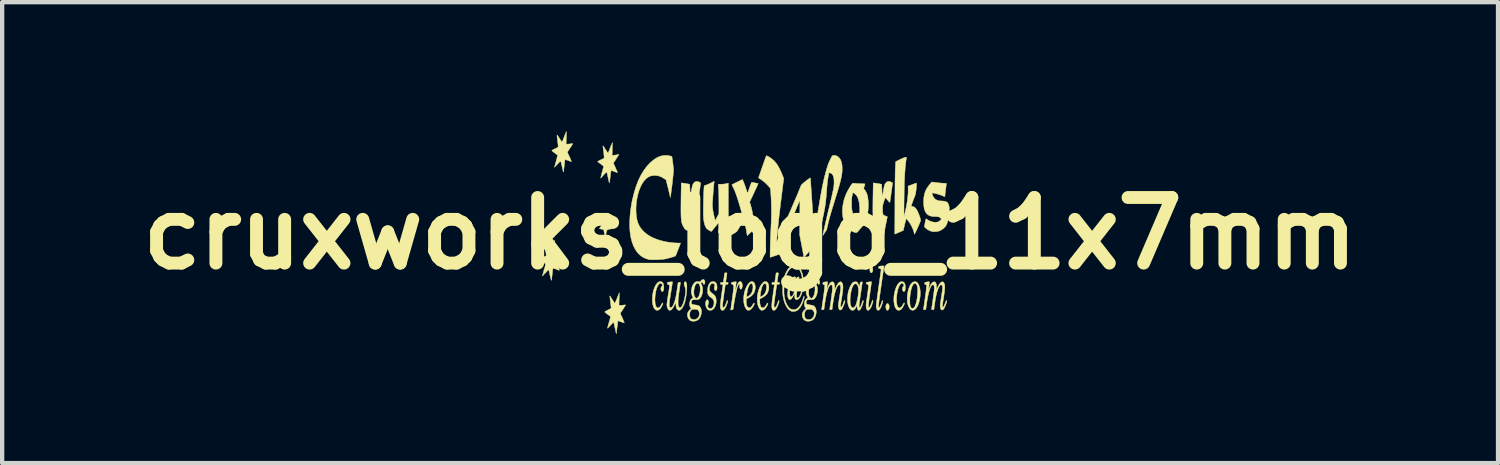
<source format=kicad_pcb>
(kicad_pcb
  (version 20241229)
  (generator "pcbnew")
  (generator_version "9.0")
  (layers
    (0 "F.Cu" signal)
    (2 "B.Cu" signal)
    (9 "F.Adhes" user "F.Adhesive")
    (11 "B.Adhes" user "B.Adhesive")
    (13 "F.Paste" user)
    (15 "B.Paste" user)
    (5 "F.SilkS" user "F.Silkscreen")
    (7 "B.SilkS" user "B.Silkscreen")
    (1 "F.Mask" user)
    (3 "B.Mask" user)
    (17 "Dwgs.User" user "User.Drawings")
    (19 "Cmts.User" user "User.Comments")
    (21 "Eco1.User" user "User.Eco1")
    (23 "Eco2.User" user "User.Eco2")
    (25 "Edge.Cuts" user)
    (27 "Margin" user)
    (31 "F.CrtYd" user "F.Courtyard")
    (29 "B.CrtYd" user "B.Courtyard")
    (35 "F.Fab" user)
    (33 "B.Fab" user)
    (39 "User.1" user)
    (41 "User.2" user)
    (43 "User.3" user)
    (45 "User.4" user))
  (footprint "cruxworks_logo_11x7mm"
    (layer "F.Cu")
    (at 14.376 2.373)
    (property "Reference" "cruxworks_logo_11x7mm" (at 0 0 0) (layer "F.SilkS") (effects (font (size 1.524 1.524) (thickness 0.3))))
    (attr through_hole)
    (fp_poly (pts (xy 2.838 0.781) (xy 2.848 0.805) (xy 2.851 0.816) (xy 2.852 0.851) (xy 2.847 0.881) (xy 2.836 0.903) (xy 2.821 0.914) (xy 2.805 0.911) (xy 2.798 0.904) (xy 2.788 0.883) (xy 2.782 0.852) (xy 2.783 0.819) (xy 2.784 0.812) (xy 2.794 0.784) (xy 2.808 0.77) (xy 2.824 0.769) (xy 2.838 0.781)) (stroke (width 0.01) (type solid)) (fill yes) (layer "F.SilkS"))
    (fp_poly (pts (xy 3.214 1.639) (xy 3.226 1.661) (xy 3.233 1.692) (xy 3.232 1.728) (xy 3.231 1.733) (xy 3.221 1.763) (xy 3.206 1.782) (xy 3.189 1.787) (xy 3.18 1.783) (xy 3.165 1.764) (xy 3.156 1.736) (xy 3.154 1.704) (xy 3.157 1.672) (xy 3.168 1.646) (xy 3.18 1.633) (xy 3.198 1.628) (xy 3.214 1.639)) (stroke (width 0.01) (type solid)) (fill yes) (layer "F.SilkS"))
    (fp_poly (pts (xy 3.047 1.205) (xy 3.032 1.314) (xy 3.018 1.411) (xy 3.006 1.495) (xy 2.997 1.565) (xy 2.99 1.62) (xy 2.985 1.66) (xy 2.983 1.683) (xy 2.983 1.687) (xy 2.987 1.713) (xy 2.994 1.724) (xy 3.004 1.719) (xy 3.017 1.701) (xy 3.032 1.669) (xy 3.048 1.625) (xy 3.054 1.608) (xy 3.065 1.575) (xy 3.074 1.559) (xy 3.08 1.559) (xy 3.083 1.566) (xy 3.083 1.58) (xy 3.078 1.605) (xy 3.069 1.636) (xy 3.058 1.669) (xy 3.046 1.701) (xy 3.042 1.712) (xy 3.02 1.753) (xy 2.998 1.779) (xy 2.976 1.788) (xy 2.957 1.779) (xy 2.954 1.777) (xy 2.94 1.75) (xy 2.932 1.712) (xy 2.93 1.682) (xy 2.932 1.665) (xy 2.935 1.632) (xy 2.941 1.585) (xy 2.949 1.525) (xy 2.958 1.455) (xy 2.969 1.377) (xy 2.981 1.291) (xy 2.988 1.245) (xy 3.045 0.845) (xy 3.034 0.828) (xy 3.019 0.815) (xy 3.002 0.811) (xy 2.99 0.81) (xy 2.984 0.806) (xy 2.983 0.795) (xy 2.983 0.79) (xy 2.986 0.778) (xy 2.994 0.768) (xy 3.008 0.762) (xy 3.028 0.758) (xy 3.057 0.756) (xy 3.07 0.756) (xy 3.113 0.755) (xy 3.047 1.205)) (stroke (width 0.01) (type solid)) (fill yes) (layer "F.SilkS"))
    (fp_poly (pts (xy 3.85 1.121) (xy 3.876 1.135) (xy 3.9 1.161) (xy 3.914 1.185) (xy 3.935 1.239) (xy 3.949 1.302) (xy 3.955 1.372) (xy 3.953 1.447) (xy 3.949 1.481) (xy 3.935 1.559) (xy 3.916 1.628) (xy 3.892 1.686) (xy 3.864 1.732) (xy 3.833 1.765) (xy 3.8 1.783) (xy 3.767 1.786) (xy 3.735 1.772) (xy 3.709 1.745) (xy 3.686 1.704) (xy 3.667 1.655) (xy 3.657 1.61) (xy 3.651 1.535) (xy 3.651 1.53) (xy 3.711 1.53) (xy 3.711 1.593) (xy 3.715 1.648) (xy 3.725 1.693) (xy 3.739 1.724) (xy 3.743 1.729) (xy 3.762 1.741) (xy 3.784 1.74) (xy 3.806 1.728) (xy 3.823 1.709) (xy 3.841 1.67) (xy 3.858 1.619) (xy 3.872 1.558) (xy 3.883 1.491) (xy 3.89 1.423) (xy 3.894 1.357) (xy 3.894 1.297) (xy 3.889 1.246) (xy 3.885 1.23) (xy 3.87 1.19) (xy 3.852 1.166) (xy 3.831 1.158) (xy 3.808 1.165) (xy 3.786 1.19) (xy 3.777 1.205) (xy 3.761 1.241) (xy 3.747 1.282) (xy 3.735 1.334) (xy 3.725 1.389) (xy 3.715 1.461) (xy 3.711 1.53) (xy 3.651 1.53) (xy 3.653 1.456) (xy 3.663 1.377) (xy 3.681 1.301) (xy 3.688 1.278) (xy 3.714 1.213) (xy 3.745 1.166) (xy 3.778 1.135) (xy 3.816 1.121) (xy 3.818 1.12) (xy 3.85 1.121)) (stroke (width 0.01) (type solid)) (fill yes) (layer "F.SilkS"))
    (fp_poly (pts (xy 2.82 1.146) (xy 2.818 1.161) (xy 2.813 1.192) (xy 2.807 1.235) (xy 2.8 1.288) (xy 2.791 1.349) (xy 2.782 1.415) (xy 2.782 1.416) (xy 2.772 1.483) (xy 2.764 1.544) (xy 2.757 1.598) (xy 2.752 1.643) (xy 2.749 1.675) (xy 2.748 1.691) (xy 2.748 1.691) (xy 2.752 1.714) (xy 2.76 1.722) (xy 2.772 1.716) (xy 2.786 1.697) (xy 2.802 1.667) (xy 2.818 1.625) (xy 2.826 1.602) (xy 2.836 1.574) (xy 2.842 1.559) (xy 2.847 1.555) (xy 2.852 1.559) (xy 2.856 1.567) (xy 2.856 1.577) (xy 2.853 1.593) (xy 2.845 1.62) (xy 2.843 1.627) (xy 2.824 1.683) (xy 2.805 1.725) (xy 2.783 1.756) (xy 2.773 1.766) (xy 2.754 1.783) (xy 2.739 1.788) (xy 2.726 1.783) (xy 2.718 1.776) (xy 2.706 1.753) (xy 2.698 1.717) (xy 2.695 1.673) (xy 2.695 1.673) (xy 2.696 1.655) (xy 2.7 1.623) (xy 2.705 1.579) (xy 2.712 1.525) (xy 2.721 1.466) (xy 2.726 1.431) (xy 2.734 1.371) (xy 2.741 1.316) (xy 2.747 1.27) (xy 2.751 1.234) (xy 2.753 1.212) (xy 2.753 1.207) (xy 2.747 1.196) (xy 2.735 1.185) (xy 2.72 1.177) (xy 2.706 1.175) (xy 2.697 1.169) (xy 2.696 1.157) (xy 2.701 1.143) (xy 2.706 1.138) (xy 2.715 1.135) (xy 2.731 1.131) (xy 2.751 1.128) (xy 2.77 1.126) (xy 2.823 1.123) (xy 2.82 1.146)) (stroke (width 0.01) (type solid)) (fill yes) (layer "F.SilkS"))
    (fp_poly (pts (xy -2.061 1.122) (xy -2.036 1.136) (xy -2.018 1.162) (xy -2.008 1.199) (xy -2.004 1.25) (xy -2.004 1.255) (xy -2.007 1.3) (xy -2.015 1.332) (xy -2.028 1.348) (xy -2.04 1.35) (xy -2.057 1.34) (xy -2.068 1.32) (xy -2.073 1.294) (xy -2.071 1.267) (xy -2.061 1.243) (xy -2.053 1.233) (xy -2.041 1.218) (xy -2.038 1.203) (xy -2.043 1.185) (xy -2.049 1.175) (xy -2.067 1.158) (xy -2.087 1.157) (xy -2.109 1.17) (xy -2.131 1.195) (xy -2.152 1.232) (xy -2.171 1.278) (xy -2.186 1.332) (xy -2.189 1.346) (xy -2.202 1.422) (xy -2.209 1.494) (xy -2.21 1.56) (xy -2.206 1.618) (xy -2.196 1.666) (xy -2.182 1.702) (xy -2.162 1.724) (xy -2.146 1.731) (xy -2.12 1.727) (xy -2.094 1.706) (xy -2.068 1.669) (xy -2.058 1.651) (xy -2.044 1.625) (xy -2.034 1.614) (xy -2.027 1.617) (xy -2.025 1.623) (xy -2.026 1.635) (xy -2.033 1.655) (xy -2.045 1.68) (xy -2.059 1.706) (xy -2.074 1.731) (xy -2.089 1.751) (xy -2.1 1.762) (xy -2.126 1.779) (xy -2.154 1.786) (xy -2.179 1.784) (xy -2.193 1.777) (xy -2.217 1.755) (xy -2.235 1.726) (xy -2.246 1.702) (xy -2.262 1.646) (xy -2.27 1.583) (xy -2.271 1.515) (xy -2.266 1.445) (xy -2.255 1.375) (xy -2.238 1.308) (xy -2.215 1.248) (xy -2.188 1.195) (xy -2.158 1.156) (xy -2.139 1.137) (xy -2.121 1.127) (xy -2.101 1.121) (xy -2.093 1.12) (xy -2.061 1.122)) (stroke (width 0.01) (type solid)) (fill yes) (layer "F.SilkS"))
    (fp_poly (pts (xy 3.551 1.122) (xy 3.575 1.136) (xy 3.593 1.162) (xy 3.604 1.199) (xy 3.608 1.25) (xy 3.608 1.255) (xy 3.605 1.3) (xy 3.597 1.332) (xy 3.584 1.348) (xy 3.571 1.35) (xy 3.554 1.34) (xy 3.543 1.32) (xy 3.539 1.294) (xy 3.541 1.267) (xy 3.55 1.243) (xy 3.558 1.233) (xy 3.571 1.218) (xy 3.574 1.203) (xy 3.568 1.185) (xy 3.562 1.175) (xy 3.545 1.158) (xy 3.524 1.157) (xy 3.502 1.17) (xy 3.48 1.195) (xy 3.46 1.232) (xy 3.441 1.278) (xy 3.426 1.332) (xy 3.423 1.346) (xy 3.41 1.422) (xy 3.403 1.494) (xy 3.402 1.56) (xy 3.406 1.618) (xy 3.415 1.666) (xy 3.43 1.702) (xy 3.449 1.724) (xy 3.466 1.731) (xy 3.491 1.727) (xy 3.518 1.706) (xy 3.544 1.669) (xy 3.553 1.651) (xy 3.567 1.625) (xy 3.577 1.614) (xy 3.584 1.617) (xy 3.587 1.623) (xy 3.586 1.635) (xy 3.578 1.655) (xy 3.567 1.68) (xy 3.552 1.706) (xy 3.537 1.731) (xy 3.522 1.751) (xy 3.512 1.762) (xy 3.486 1.779) (xy 3.458 1.786) (xy 3.432 1.784) (xy 3.418 1.777) (xy 3.394 1.755) (xy 3.376 1.726) (xy 3.365 1.702) (xy 3.35 1.646) (xy 3.341 1.583) (xy 3.34 1.515) (xy 3.345 1.445) (xy 3.357 1.375) (xy 3.374 1.308) (xy 3.396 1.248) (xy 3.423 1.195) (xy 3.453 1.156) (xy 3.473 1.137) (xy 3.49 1.127) (xy 3.511 1.121) (xy 3.519 1.12) (xy 3.551 1.122)) (stroke (width 0.01) (type solid)) (fill yes) (layer "F.SilkS"))
    (fp_poly (pts (xy -3.414 -0.405) (xy -3.402 -0.391) (xy -3.393 -0.378) (xy -3.392 -0.376) (xy -3.385 -0.366) (xy -3.382 -0.364) (xy -3.377 -0.358) (xy -3.368 -0.345) (xy -3.355 -0.329) (xy -3.343 -0.33) (xy -3.33 -0.345) (xy -3.321 -0.358) (xy -3.314 -0.363) (xy -3.314 -0.363) (xy -3.307 -0.368) (xy -3.296 -0.38) (xy -3.286 -0.391) (xy -3.273 -0.407) (xy -3.264 -0.417) (xy -3.26 -0.419) (xy -3.26 -0.411) (xy -3.263 -0.39) (xy -3.268 -0.358) (xy -3.272 -0.333) (xy -3.279 -0.295) (xy -3.284 -0.264) (xy -3.287 -0.243) (xy -3.288 -0.238) (xy -3.285 -0.228) (xy -3.276 -0.209) (xy -3.263 -0.184) (xy -3.255 -0.169) (xy -3.241 -0.143) (xy -3.23 -0.122) (xy -3.224 -0.109) (xy -3.223 -0.106) (xy -3.228 -0.104) (xy -3.241 -0.102) (xy -3.258 -0.099) (xy -3.269 -0.097) (xy -3.296 -0.092) (xy -3.313 -0.085) (xy -3.322 -0.076) (xy -3.328 -0.061) (xy -3.337 -0.034) (xy -3.346 -0.001) (xy -3.348 0.007) (xy -3.356 0.039) (xy -3.363 0.064) (xy -3.367 0.078) (xy -3.368 0.079) (xy -3.371 0.073) (xy -3.375 0.052) (xy -3.381 0.021) (xy -3.386 -0.003) (xy -3.4 -0.089) (xy -3.449 -0.099) (xy -3.469 -0.103) (xy -3.486 -0.107) (xy -3.496 -0.11) (xy -3.499 -0.111) (xy -3.497 -0.116) (xy -3.489 -0.129) (xy -3.48 -0.142) (xy -3.463 -0.166) (xy -3.446 -0.191) (xy -3.439 -0.2) (xy -3.419 -0.228) (xy -3.422 -0.28) (xy -3.424 -0.319) (xy -3.426 -0.361) (xy -3.427 -0.376) (xy -3.43 -0.421) (xy -3.414 -0.405)) (stroke (width 0.01) (type solid)) (fill yes) (layer "F.SilkS"))
    (fp_poly (pts (xy 0.069 1.124) (xy 0.091 1.14) (xy 0.107 1.169) (xy 0.113 1.186) (xy 0.121 1.229) (xy 0.121 1.276) (xy 0.112 1.323) (xy 0.097 1.368) (xy 0.084 1.392) (xy 0.064 1.42) (xy 0.035 1.448) (xy -0.001 1.474) (xy -0.042 1.498) (xy -0.049 1.501) (xy -0.089 1.522) (xy -0.089 1.574) (xy -0.086 1.632) (xy -0.076 1.677) (xy -0.06 1.708) (xy -0.038 1.725) (xy -0.02 1.729) (xy 0.001 1.725) (xy 0.019 1.714) (xy 0.038 1.694) (xy 0.06 1.661) (xy 0.065 1.652) (xy 0.079 1.63) (xy 0.087 1.619) (xy 0.093 1.618) (xy 0.097 1.624) (xy 0.1 1.632) (xy 0.098 1.642) (xy 0.092 1.658) (xy 0.08 1.682) (xy 0.079 1.685) (xy 0.047 1.734) (xy 0.014 1.768) (xy -0.019 1.785) (xy -0.052 1.785) (xy -0.067 1.779) (xy -0.086 1.761) (xy -0.105 1.732) (xy -0.123 1.694) (xy -0.136 1.655) (xy -0.136 1.654) (xy -0.147 1.588) (xy -0.149 1.517) (xy -0.145 1.459) (xy -0.08 1.459) (xy -0.08 1.481) (xy -0.046 1.462) (xy -0.025 1.449) (xy -0.004 1.432) (xy 0.011 1.418) (xy 0.032 1.389) (xy 0.048 1.353) (xy 0.06 1.313) (xy 0.066 1.272) (xy 0.067 1.234) (xy 0.063 1.201) (xy 0.052 1.177) (xy 0.045 1.169) (xy 0.025 1.162) (xy 0.004 1.172) (xy -0.017 1.197) (xy -0.036 1.237) (xy -0.047 1.271) (xy -0.057 1.308) (xy -0.066 1.351) (xy -0.073 1.395) (xy -0.078 1.433) (xy -0.08 1.459) (xy -0.145 1.459) (xy -0.144 1.445) (xy -0.132 1.374) (xy -0.113 1.307) (xy -0.087 1.245) (xy -0.057 1.192) (xy -0.024 1.153) (xy -0.004 1.135) (xy 0.011 1.124) (xy 0.027 1.119) (xy 0.042 1.119) (xy 0.069 1.124)) (stroke (width 0.01) (type solid)) (fill yes) (layer "F.SilkS"))
    (fp_poly (pts (xy 0.385 1.124) (xy 0.406 1.14) (xy 0.422 1.169) (xy 0.428 1.186) (xy 0.436 1.229) (xy 0.436 1.276) (xy 0.427 1.323) (xy 0.412 1.368) (xy 0.4 1.392) (xy 0.379 1.42) (xy 0.35 1.448) (xy 0.314 1.474) (xy 0.273 1.498) (xy 0.267 1.501) (xy 0.226 1.522) (xy 0.226 1.574) (xy 0.229 1.632) (xy 0.239 1.677) (xy 0.255 1.708) (xy 0.277 1.725) (xy 0.296 1.729) (xy 0.316 1.725) (xy 0.334 1.714) (xy 0.353 1.694) (xy 0.375 1.661) (xy 0.38 1.652) (xy 0.394 1.63) (xy 0.402 1.619) (xy 0.408 1.618) (xy 0.412 1.624) (xy 0.415 1.632) (xy 0.414 1.642) (xy 0.407 1.658) (xy 0.395 1.682) (xy 0.394 1.685) (xy 0.362 1.734) (xy 0.329 1.768) (xy 0.296 1.785) (xy 0.263 1.785) (xy 0.248 1.779) (xy 0.229 1.761) (xy 0.21 1.732) (xy 0.192 1.694) (xy 0.179 1.655) (xy 0.179 1.654) (xy 0.168 1.588) (xy 0.166 1.517) (xy 0.17 1.459) (xy 0.235 1.459) (xy 0.235 1.481) (xy 0.269 1.462) (xy 0.29 1.449) (xy 0.311 1.432) (xy 0.326 1.418) (xy 0.347 1.389) (xy 0.363 1.353) (xy 0.375 1.313) (xy 0.381 1.272) (xy 0.383 1.234) (xy 0.378 1.201) (xy 0.367 1.177) (xy 0.36 1.169) (xy 0.34 1.162) (xy 0.319 1.172) (xy 0.299 1.197) (xy 0.279 1.237) (xy 0.268 1.271) (xy 0.259 1.308) (xy 0.25 1.351) (xy 0.242 1.395) (xy 0.237 1.433) (xy 0.235 1.459) (xy 0.17 1.459) (xy 0.171 1.445) (xy 0.184 1.374) (xy 0.203 1.307) (xy 0.228 1.245) (xy 0.259 1.192) (xy 0.291 1.153) (xy 0.311 1.135) (xy 0.326 1.124) (xy 0.342 1.119) (xy 0.357 1.119) (xy 0.385 1.124)) (stroke (width 0.01) (type solid)) (fill yes) (layer "F.SilkS"))
    (fp_poly (pts (xy -0.209 1.125) (xy -0.193 1.144) (xy -0.182 1.173) (xy -0.179 1.21) (xy -0.182 1.247) (xy -0.191 1.275) (xy -0.203 1.292) (xy -0.217 1.296) (xy -0.231 1.284) (xy -0.235 1.276) (xy -0.241 1.261) (xy -0.243 1.241) (xy -0.242 1.216) (xy -0.24 1.19) (xy -0.242 1.178) (xy -0.246 1.175) (xy -0.248 1.174) (xy -0.261 1.182) (xy -0.275 1.203) (xy -0.289 1.234) (xy -0.299 1.263) (xy -0.308 1.298) (xy -0.319 1.347) (xy -0.332 1.405) (xy -0.345 1.468) (xy -0.357 1.533) (xy -0.368 1.595) (xy -0.377 1.65) (xy -0.379 1.658) (xy -0.385 1.699) (xy -0.39 1.733) (xy -0.394 1.757) (xy -0.396 1.766) (xy -0.401 1.768) (xy -0.413 1.771) (xy -0.424 1.774) (xy -0.451 1.779) (xy -0.446 1.745) (xy -0.443 1.726) (xy -0.439 1.692) (xy -0.432 1.647) (xy -0.425 1.593) (xy -0.416 1.532) (xy -0.411 1.497) (xy -0.403 1.435) (xy -0.395 1.377) (xy -0.389 1.326) (xy -0.384 1.285) (xy -0.381 1.258) (xy -0.381 1.249) (xy -0.384 1.216) (xy -0.394 1.194) (xy -0.411 1.181) (xy -0.418 1.178) (xy -0.431 1.173) (xy -0.436 1.167) (xy -0.436 1.156) (xy -0.433 1.147) (xy -0.428 1.14) (xy -0.417 1.135) (xy -0.399 1.131) (xy -0.375 1.127) (xy -0.354 1.125) (xy -0.337 1.124) (xy -0.325 1.123) (xy -0.321 1.123) (xy -0.321 1.133) (xy -0.324 1.156) (xy -0.328 1.192) (xy -0.333 1.235) (xy -0.334 1.247) (xy -0.339 1.292) (xy -0.343 1.331) (xy -0.346 1.36) (xy -0.348 1.375) (xy -0.348 1.376) (xy -0.346 1.372) (xy -0.341 1.355) (xy -0.334 1.327) (xy -0.332 1.317) (xy -0.312 1.243) (xy -0.293 1.187) (xy -0.274 1.149) (xy -0.269 1.142) (xy -0.249 1.122) (xy -0.228 1.117) (xy -0.209 1.125)) (stroke (width 0.01) (type solid)) (fill yes) (layer "F.SilkS"))
    (fp_poly (pts (xy -0.539 0.918) (xy -0.536 0.921) (xy -0.538 0.933) (xy -0.541 0.958) (xy -0.546 0.993) (xy -0.55 1.021) (xy -0.556 1.061) (xy -0.561 1.095) (xy -0.564 1.118) (xy -0.564 1.126) (xy -0.561 1.133) (xy -0.549 1.136) (xy -0.536 1.137) (xy -0.52 1.138) (xy -0.512 1.141) (xy -0.509 1.147) (xy -0.51 1.152) (xy -0.512 1.17) (xy -0.513 1.175) (xy -0.517 1.18) (xy -0.528 1.183) (xy -0.543 1.184) (xy -0.573 1.184) (xy -0.583 1.247) (xy -0.593 1.32) (xy -0.604 1.391) (xy -0.613 1.46) (xy -0.622 1.523) (xy -0.629 1.577) (xy -0.635 1.621) (xy -0.638 1.652) (xy -0.64 1.667) (xy -0.64 1.667) (xy -0.637 1.7) (xy -0.63 1.718) (xy -0.619 1.723) (xy -0.605 1.715) (xy -0.589 1.695) (xy -0.572 1.663) (xy -0.555 1.621) (xy -0.547 1.596) (xy -0.537 1.568) (xy -0.528 1.557) (xy -0.521 1.564) (xy -0.52 1.566) (xy -0.52 1.581) (xy -0.526 1.605) (xy -0.535 1.636) (xy -0.547 1.669) (xy -0.561 1.701) (xy -0.573 1.725) (xy -0.598 1.762) (xy -0.622 1.784) (xy -0.645 1.789) (xy -0.666 1.778) (xy -0.667 1.777) (xy -0.678 1.762) (xy -0.685 1.744) (xy -0.69 1.72) (xy -0.691 1.688) (xy -0.689 1.647) (xy -0.684 1.594) (xy -0.677 1.528) (xy -0.665 1.447) (xy -0.661 1.415) (xy -0.652 1.355) (xy -0.645 1.3) (xy -0.638 1.254) (xy -0.633 1.22) (xy -0.631 1.199) (xy -0.63 1.193) (xy -0.635 1.188) (xy -0.646 1.185) (xy -0.66 1.184) (xy -0.676 1.183) (xy -0.685 1.181) (xy -0.688 1.176) (xy -0.688 1.165) (xy -0.688 1.16) (xy -0.686 1.148) (xy -0.682 1.141) (xy -0.674 1.138) (xy -0.659 1.137) (xy -0.653 1.137) (xy -0.621 1.137) (xy -0.612 1.074) (xy -0.606 1.034) (xy -0.6 0.992) (xy -0.596 0.965) (xy -0.589 0.918) (xy -0.563 0.915) (xy -0.548 0.915) (xy -0.539 0.918)) (stroke (width 0.01) (type solid)) (fill yes) (layer "F.SilkS"))
    (fp_poly (pts (xy 0.656 0.918) (xy 0.659 0.921) (xy 0.657 0.933) (xy 0.654 0.958) (xy 0.649 0.993) (xy 0.644 1.021) (xy 0.639 1.061) (xy 0.634 1.095) (xy 0.631 1.118) (xy 0.63 1.126) (xy 0.634 1.133) (xy 0.646 1.136) (xy 0.659 1.137) (xy 0.675 1.138) (xy 0.683 1.141) (xy 0.685 1.147) (xy 0.685 1.152) (xy 0.682 1.17) (xy 0.682 1.175) (xy 0.678 1.18) (xy 0.667 1.183) (xy 0.652 1.184) (xy 0.621 1.184) (xy 0.612 1.247) (xy 0.601 1.32) (xy 0.591 1.391) (xy 0.581 1.46) (xy 0.573 1.523) (xy 0.566 1.577) (xy 0.56 1.621) (xy 0.556 1.652) (xy 0.555 1.667) (xy 0.555 1.667) (xy 0.558 1.7) (xy 0.565 1.718) (xy 0.576 1.723) (xy 0.59 1.715) (xy 0.606 1.695) (xy 0.622 1.663) (xy 0.639 1.621) (xy 0.647 1.596) (xy 0.658 1.568) (xy 0.667 1.557) (xy 0.674 1.564) (xy 0.675 1.566) (xy 0.675 1.581) (xy 0.669 1.605) (xy 0.66 1.636) (xy 0.647 1.669) (xy 0.634 1.701) (xy 0.622 1.725) (xy 0.597 1.762) (xy 0.573 1.784) (xy 0.55 1.789) (xy 0.529 1.778) (xy 0.527 1.777) (xy 0.517 1.762) (xy 0.51 1.744) (xy 0.505 1.72) (xy 0.504 1.688) (xy 0.506 1.647) (xy 0.51 1.594) (xy 0.518 1.528) (xy 0.529 1.447) (xy 0.534 1.415) (xy 0.542 1.355) (xy 0.55 1.3) (xy 0.557 1.254) (xy 0.561 1.22) (xy 0.564 1.199) (xy 0.564 1.193) (xy 0.56 1.188) (xy 0.548 1.185) (xy 0.535 1.184) (xy 0.518 1.183) (xy 0.51 1.181) (xy 0.506 1.176) (xy 0.506 1.165) (xy 0.507 1.16) (xy 0.509 1.148) (xy 0.513 1.141) (xy 0.521 1.138) (xy 0.535 1.137) (xy 0.541 1.137) (xy 0.573 1.137) (xy 0.583 1.074) (xy 0.589 1.034) (xy 0.595 0.992) (xy 0.599 0.965) (xy 0.605 0.918) (xy 0.632 0.915) (xy 0.646 0.915) (xy 0.656 0.918)) (stroke (width 0.01) (type solid)) (fill yes) (layer "F.SilkS"))
    (fp_poly (pts (xy -0.826 1.125) (xy -0.8 1.142) (xy -0.781 1.169) (xy -0.77 1.207) (xy -0.767 1.25) (xy -0.768 1.28) (xy -0.772 1.299) (xy -0.779 1.314) (xy -0.795 1.33) (xy -0.81 1.329) (xy -0.822 1.309) (xy -0.823 1.308) (xy -0.831 1.283) (xy -0.832 1.261) (xy -0.826 1.233) (xy -0.824 1.229) (xy -0.819 1.21) (xy -0.82 1.198) (xy -0.826 1.183) (xy -0.827 1.181) (xy -0.84 1.166) (xy -0.859 1.16) (xy -0.88 1.161) (xy -0.901 1.171) (xy -0.914 1.182) (xy -0.931 1.212) (xy -0.942 1.248) (xy -0.946 1.287) (xy -0.941 1.323) (xy -0.941 1.324) (xy -0.931 1.343) (xy -0.913 1.364) (xy -0.888 1.387) (xy -0.864 1.404) (xy -0.831 1.431) (xy -0.808 1.463) (xy -0.794 1.5) (xy -0.792 1.506) (xy -0.786 1.558) (xy -0.788 1.61) (xy -0.799 1.661) (xy -0.816 1.706) (xy -0.841 1.744) (xy -0.858 1.763) (xy -0.884 1.778) (xy -0.914 1.786) (xy -0.945 1.786) (xy -0.97 1.777) (xy -0.995 1.756) (xy -1.014 1.725) (xy -1.027 1.686) (xy -1.034 1.643) (xy -1.033 1.62) (xy -1.027 1.582) (xy -1.017 1.555) (xy -1.003 1.542) (xy -0.987 1.544) (xy -0.982 1.548) (xy -0.969 1.57) (xy -0.964 1.599) (xy -0.968 1.631) (xy -0.974 1.647) (xy -0.982 1.677) (xy -0.981 1.703) (xy -0.971 1.723) (xy -0.953 1.738) (xy -0.944 1.742) (xy -0.915 1.746) (xy -0.889 1.736) (xy -0.867 1.715) (xy -0.85 1.684) (xy -0.84 1.645) (xy -0.837 1.61) (xy -0.839 1.582) (xy -0.845 1.558) (xy -0.857 1.537) (xy -0.874 1.516) (xy -0.9 1.495) (xy -0.919 1.482) (xy -0.938 1.466) (xy -0.956 1.447) (xy -0.968 1.43) (xy -0.977 1.414) (xy -0.982 1.4) (xy -0.985 1.382) (xy -0.985 1.355) (xy -0.985 1.331) (xy -0.985 1.294) (xy -0.983 1.268) (xy -0.979 1.248) (xy -0.972 1.226) (xy -0.971 1.222) (xy -0.951 1.177) (xy -0.93 1.146) (xy -0.905 1.128) (xy -0.875 1.12) (xy -0.858 1.119) (xy -0.826 1.125)) (stroke (width 0.01) (type solid)) (fill yes) (layer "F.SilkS"))
    (fp_poly (pts (xy -0.833 -1.204) (xy -0.834 -1.197) (xy -0.837 -1.178) (xy -0.841 -1.143) (xy -0.845 -1.096) (xy -0.85 -1.041) (xy -0.855 -0.979) (xy -0.86 -0.916) (xy -0.864 -0.853) (xy -0.868 -0.795) (xy -0.872 -0.744) (xy -0.874 -0.704) (xy -0.875 -0.678) (xy -0.875 -0.675) (xy -0.874 -0.623) (xy -0.869 -0.571) (xy -0.861 -0.517) (xy -0.849 -0.455) (xy -0.836 -0.399) (xy -0.811 -0.296) (xy -0.768 -0.377) (xy -0.724 -0.458) (xy -0.724 -0.684) (xy -0.725 -0.786) (xy -0.726 -0.88) (xy -0.728 -0.963) (xy -0.731 -1.033) (xy -0.734 -1.089) (xy -0.736 -1.119) (xy -0.739 -1.142) (xy -0.664 -1.144) (xy -0.635 -1.145) (xy -0.604 -1.148) (xy -0.576 -1.152) (xy -0.553 -1.156) (xy -0.548 -1.158) (xy -0.506 -1.17) (xy -0.505 -0.112) (xy -0.522 -0.106) (xy -0.531 -0.102) (xy -0.549 -0.096) (xy -0.572 -0.087) (xy -0.599 -0.076) (xy -0.629 -0.064) (xy -0.639 -0.061) (xy -0.739 -0.021) (xy -0.737 -0.046) (xy -0.735 -0.071) (xy -0.733 -0.105) (xy -0.731 -0.143) (xy -0.73 -0.18) (xy -0.73 -0.212) (xy -0.73 -0.234) (xy -0.732 -0.242) (xy -0.739 -0.237) (xy -0.753 -0.223) (xy -0.773 -0.2) (xy -0.798 -0.169) (xy -0.827 -0.133) (xy -0.84 -0.116) (xy -0.86 -0.091) (xy -0.878 -0.069) (xy -0.892 -0.054) (xy -0.901 -0.047) (xy -0.902 -0.047) (xy -0.911 -0.05) (xy -0.927 -0.058) (xy -0.946 -0.069) (xy -0.967 -0.082) (xy -0.986 -0.095) (xy -1.002 -0.107) (xy -1.007 -0.112) (xy -1.03 -0.146) (xy -1.051 -0.194) (xy -1.067 -0.254) (xy -1.079 -0.324) (xy -1.082 -0.354) (xy -1.084 -0.404) (xy -1.086 -0.47) (xy -1.086 -0.55) (xy -1.085 -0.64) (xy -1.083 -0.739) (xy -1.082 -0.802) (xy -1.079 -0.869) (xy -1.077 -0.932) (xy -1.074 -0.99) (xy -1.072 -1.039) (xy -1.069 -1.076) (xy -1.067 -1.1) (xy -1.066 -1.106) (xy -1.061 -1.109) (xy -1.049 -1.114) (xy -1.032 -1.12) (xy -1.022 -1.123) (xy -1 -1.131) (xy -0.972 -1.143) (xy -0.939 -1.158) (xy -0.905 -1.175) (xy -0.871 -1.192) (xy -0.842 -1.208) (xy -0.834 -1.211) (xy -0.833 -1.204)) (stroke (width 0.01) (type solid)) (fill yes) (layer "F.SilkS"))
    (fp_poly (pts (xy 2.403 -1.167) (xy 2.419 -1.165) (xy 2.441 -1.163) (xy 2.468 -1.161) (xy 2.5 -1.159) (xy 2.534 -1.157) (xy 2.538 -1.157) (xy 2.671 -1.151) (xy 2.655 -1.096) (xy 2.647 -1.069) (xy 2.641 -1.049) (xy 2.64 -1.04) (xy 2.64 -1.04) (xy 2.644 -1.035) (xy 2.654 -1.023) (xy 2.663 -1.013) (xy 2.689 -0.974) (xy 2.713 -0.923) (xy 2.73 -0.866) (xy 2.733 -0.85) (xy 2.745 -0.761) (xy 2.749 -0.666) (xy 2.745 -0.569) (xy 2.733 -0.472) (xy 2.714 -0.379) (xy 2.704 -0.344) (xy 2.683 -0.283) (xy 2.656 -0.23) (xy 2.623 -0.183) (xy 2.602 -0.158) (xy 2.579 -0.133) (xy 2.553 -0.102) (xy 2.529 -0.073) (xy 2.524 -0.068) (xy 2.506 -0.045) (xy 2.492 -0.03) (xy 2.481 -0.023) (xy 2.47 -0.02) (xy 2.46 -0.02) (xy 2.441 -0.022) (xy 2.418 -0.028) (xy 2.404 -0.033) (xy 2.355 -0.059) (xy 2.307 -0.096) (xy 2.263 -0.143) (xy 2.225 -0.196) (xy 2.195 -0.252) (xy 2.17 -0.319) (xy 2.154 -0.393) (xy 2.146 -0.473) (xy 2.146 -0.557) (xy 2.155 -0.644) (xy 2.165 -0.699) (xy 2.359 -0.699) (xy 2.359 -0.647) (xy 2.36 -0.608) (xy 2.362 -0.579) (xy 2.365 -0.553) (xy 2.37 -0.529) (xy 2.388 -0.463) (xy 2.415 -0.405) (xy 2.448 -0.355) (xy 2.489 -0.315) (xy 2.529 -0.289) (xy 2.531 -0.297) (xy 2.534 -0.317) (xy 2.535 -0.324) (xy 2.542 -0.393) (xy 2.546 -0.472) (xy 2.547 -0.552) (xy 2.545 -0.617) (xy 2.537 -0.703) (xy 2.521 -0.776) (xy 2.499 -0.838) (xy 2.469 -0.887) (xy 2.432 -0.924) (xy 2.422 -0.931) (xy 2.406 -0.941) (xy 2.395 -0.944) (xy 2.388 -0.938) (xy 2.381 -0.921) (xy 2.374 -0.89) (xy 2.37 -0.867) (xy 2.365 -0.842) (xy 2.362 -0.816) (xy 2.36 -0.785) (xy 2.359 -0.745) (xy 2.359 -0.699) (xy 2.165 -0.699) (xy 2.171 -0.732) (xy 2.196 -0.821) (xy 2.222 -0.891) (xy 2.24 -0.933) (xy 2.262 -0.977) (xy 2.285 -1.02) (xy 2.309 -1.061) (xy 2.332 -1.099) (xy 2.354 -1.13) (xy 2.373 -1.153) (xy 2.387 -1.166) (xy 2.396 -1.168) (xy 2.403 -1.167)) (stroke (width 0.01) (type solid)) (fill yes) (layer "F.SilkS"))
    (fp_poly (pts (xy -0.157 -1.207) (xy -0.146 -1.182) (xy -0.132 -1.145) (xy -0.116 -1.102) (xy -0.101 -1.057) (xy -0.098 -1.049) (xy -0.084 -1.009) (xy -0.073 -0.975) (xy -0.064 -0.949) (xy -0.059 -0.935) (xy -0.059 -0.934) (xy -0.056 -0.94) (xy -0.048 -0.959) (xy -0.038 -0.989) (xy -0.024 -1.027) (xy -0.012 -1.062) (xy 0.006 -1.114) (xy 0.02 -1.151) (xy 0.03 -1.175) (xy 0.037 -1.187) (xy 0.042 -1.189) (xy 0.049 -1.187) (xy 0.064 -1.184) (xy 0.084 -1.18) (xy 0.108 -1.175) (xy 0.118 -1.174) (xy 0.142 -1.169) (xy 0.163 -1.165) (xy 0.178 -1.162) (xy 0.187 -1.16) (xy 0.188 -1.159) (xy 0.185 -1.151) (xy 0.176 -1.13) (xy 0.161 -1.095) (xy 0.139 -1.047) (xy 0.111 -0.987) (xy 0.077 -0.913) (xy 0.046 -0.846) (xy -0.01 -0.728) (xy 0.004 -0.688) (xy 0.028 -0.606) (xy 0.05 -0.507) (xy 0.061 -0.448) (xy 0.066 -0.409) (xy 0.073 -0.362) (xy 0.079 -0.309) (xy 0.085 -0.256) (xy 0.091 -0.204) (xy 0.095 -0.159) (xy 0.097 -0.123) (xy 0.098 -0.101) (xy 0.098 -0.097) (xy 0.092 -0.086) (xy 0.078 -0.071) (xy 0.054 -0.053) (xy 0.046 -0.047) (xy 0.022 -0.029) (xy -0.003 -0.008) (xy -0.025 0.012) (xy -0.035 0.022) (xy -0.052 0.04) (xy -0.063 0.048) (xy -0.067 0.046) (xy -0.068 0.045) (xy -0.09 -0.093) (xy -0.117 -0.216) (xy -0.118 -0.221) (xy -0.142 -0.316) (xy -0.214 -0.195) (xy -0.238 -0.157) (xy -0.259 -0.122) (xy -0.278 -0.091) (xy -0.292 -0.068) (xy -0.301 -0.055) (xy -0.301 -0.054) (xy -0.311 -0.044) (xy -0.327 -0.031) (xy -0.349 -0.016) (xy -0.374 -0.000205) (xy -0.39 0.009) (xy -0.465 0.052) (xy -0.328 -0.214) (xy -0.192 -0.48) (xy -0.223 -0.587) (xy -0.254 -0.691) (xy -0.282 -0.78) (xy -0.306 -0.855) (xy -0.328 -0.918) (xy -0.348 -0.972) (xy -0.367 -1.017) (xy -0.385 -1.056) (xy -0.4 -1.084) (xy -0.412 -1.106) (xy -0.42 -1.123) (xy -0.423 -1.131) (xy -0.423 -1.131) (xy -0.418 -1.134) (xy -0.405 -1.141) (xy -0.386 -1.151) (xy -0.361 -1.164) (xy -0.331 -1.178) (xy -0.299 -1.194) (xy -0.178 -1.254) (xy -0.157 -1.207)) (stroke (width 0.01) (type solid)) (fill yes) (layer "F.SilkS"))
    (fp_poly (pts (xy 2.464 1.124) (xy 2.477 1.126) (xy 2.486 1.132) (xy 2.495 1.144) (xy 2.501 1.152) (xy 2.514 1.178) (xy 2.526 1.207) (xy 2.529 1.216) (xy 2.539 1.251) (xy 2.547 1.201) (xy 2.553 1.166) (xy 2.559 1.144) (xy 2.567 1.133) (xy 2.578 1.128) (xy 2.587 1.126) (xy 2.601 1.125) (xy 2.608 1.128) (xy 2.608 1.136) (xy 2.608 1.137) (xy 2.605 1.16) (xy 2.599 1.197) (xy 2.592 1.245) (xy 2.584 1.3) (xy 2.576 1.359) (xy 2.567 1.42) (xy 2.558 1.48) (xy 2.551 1.535) (xy 2.544 1.583) (xy 2.539 1.62) (xy 2.536 1.643) (xy 2.535 1.648) (xy 2.533 1.683) (xy 2.536 1.709) (xy 2.543 1.723) (xy 2.547 1.724) (xy 2.556 1.717) (xy 2.567 1.697) (xy 2.58 1.668) (xy 2.593 1.634) (xy 2.602 1.607) (xy 2.613 1.574) (xy 2.622 1.558) (xy 2.629 1.56) (xy 2.632 1.566) (xy 2.631 1.58) (xy 2.626 1.606) (xy 2.617 1.637) (xy 2.605 1.672) (xy 2.592 1.706) (xy 2.585 1.721) (xy 2.563 1.761) (xy 2.543 1.783) (xy 2.523 1.787) (xy 2.513 1.781) (xy 2.498 1.76) (xy 2.489 1.726) (xy 2.487 1.699) (xy 2.486 1.678) (xy 2.485 1.669) (xy 2.485 1.668) (xy 2.481 1.675) (xy 2.473 1.691) (xy 2.466 1.707) (xy 2.446 1.742) (xy 2.422 1.769) (xy 2.398 1.786) (xy 2.382 1.789) (xy 2.367 1.785) (xy 2.348 1.776) (xy 2.339 1.77) (xy 2.312 1.74) (xy 2.296 1.71) (xy 2.277 1.654) (xy 2.266 1.59) (xy 2.266 1.578) (xy 2.324 1.578) (xy 2.328 1.633) (xy 2.33 1.645) (xy 2.343 1.688) (xy 2.36 1.716) (xy 2.382 1.728) (xy 2.407 1.724) (xy 2.433 1.704) (xy 2.45 1.679) (xy 2.466 1.639) (xy 2.481 1.588) (xy 2.495 1.53) (xy 2.507 1.468) (xy 2.515 1.407) (xy 2.519 1.349) (xy 2.519 1.299) (xy 2.517 1.276) (xy 2.505 1.228) (xy 2.489 1.193) (xy 2.468 1.173) (xy 2.445 1.168) (xy 2.421 1.18) (xy 2.396 1.207) (xy 2.391 1.215) (xy 2.372 1.258) (xy 2.355 1.313) (xy 2.341 1.377) (xy 2.331 1.445) (xy 2.325 1.514) (xy 2.324 1.578) (xy 2.266 1.578) (xy 2.263 1.522) (xy 2.267 1.45) (xy 2.278 1.378) (xy 2.297 1.307) (xy 2.323 1.241) (xy 2.331 1.225) (xy 2.355 1.18) (xy 2.378 1.15) (xy 2.402 1.132) (xy 2.429 1.124) (xy 2.444 1.123) (xy 2.464 1.124)) (stroke (width 0.01) (type solid)) (fill yes) (layer "F.SilkS"))
    (fp_poly (pts (xy -1.213 -1.204) (xy -1.189 -1.197) (xy -1.175 -1.19) (xy -1.148 -1.174) (xy -1.159 -1.093) (xy -1.173 -0.992) (xy -1.184 -0.909) (xy -1.194 -0.842) (xy -1.201 -0.79) (xy -1.206 -0.753) (xy -1.209 -0.73) (xy -1.211 -0.719) (xy -1.211 -0.719) (xy -1.216 -0.722) (xy -1.227 -0.732) (xy -1.241 -0.748) (xy -1.245 -0.753) (xy -1.269 -0.78) (xy -1.289 -0.803) (xy -1.305 -0.819) (xy -1.315 -0.828) (xy -1.318 -0.83) (xy -1.322 -0.822) (xy -1.329 -0.803) (xy -1.339 -0.775) (xy -1.35 -0.742) (xy -1.36 -0.709) (xy -1.369 -0.679) (xy -1.373 -0.664) (xy -1.378 -0.642) (xy -1.381 -0.62) (xy -1.381 -0.594) (xy -1.38 -0.556) (xy -1.38 -0.548) (xy -1.378 -0.5) (xy -1.375 -0.467) (xy -1.371 -0.446) (xy -1.364 -0.433) (xy -1.353 -0.424) (xy -1.34 -0.417) (xy -1.32 -0.408) (xy -1.301 -0.4) (xy -1.29 -0.396) (xy -1.278 -0.392) (xy -1.271 -0.388) (xy -1.27 -0.387) (xy -1.272 -0.378) (xy -1.276 -0.355) (xy -1.283 -0.321) (xy -1.291 -0.28) (xy -1.3 -0.235) (xy -1.31 -0.189) (xy -1.319 -0.145) (xy -1.326 -0.106) (xy -1.332 -0.077) (xy -1.334 -0.068) (xy -1.336 -0.063) (xy -1.34 -0.06) (xy -1.347 -0.058) (xy -1.359 -0.058) (xy -1.377 -0.059) (xy -1.402 -0.062) (xy -1.428 -0.066) (xy -1.461 -0.072) (xy -1.487 -0.082) (xy -1.508 -0.098) (xy -1.527 -0.121) (xy -1.547 -0.155) (xy -1.55 -0.16) (xy -1.563 -0.185) (xy -1.574 -0.21) (xy -1.583 -0.237) (xy -1.59 -0.266) (xy -1.596 -0.3) (xy -1.6 -0.341) (xy -1.603 -0.39) (xy -1.605 -0.449) (xy -1.606 -0.519) (xy -1.606 -0.603) (xy -1.605 -0.703) (xy -1.604 -0.819) (xy -1.604 -0.823) (xy -1.603 -0.901) (xy -1.602 -0.974) (xy -1.6 -1.038) (xy -1.599 -1.092) (xy -1.599 -1.134) (xy -1.598 -1.161) (xy -1.597 -1.172) (xy -1.597 -1.172) (xy -1.592 -1.173) (xy -1.579 -1.172) (xy -1.56 -1.169) (xy -1.535 -1.166) (xy -1.507 -1.161) (xy -1.499 -1.16) (xy -1.403 -1.143) (xy -1.4 -1.105) (xy -1.399 -1.08) (xy -1.397 -1.043) (xy -1.395 -0.997) (xy -1.394 -0.957) (xy -1.393 -0.915) (xy -1.391 -0.882) (xy -1.389 -0.861) (xy -1.388 -0.855) (xy -1.388 -0.855) (xy -1.385 -0.866) (xy -1.38 -0.891) (xy -1.374 -0.927) (xy -1.366 -0.969) (xy -1.366 -0.969) (xy -1.356 -1.032) (xy -1.346 -1.079) (xy -1.338 -1.115) (xy -1.328 -1.14) (xy -1.317 -1.16) (xy -1.304 -1.176) (xy -1.3 -1.181) (xy -1.282 -1.195) (xy -1.266 -1.203) (xy -1.248 -1.206) (xy -1.237 -1.207) (xy -1.213 -1.204)) (stroke (width 0.01) (type solid)) (fill yes) (layer "F.SilkS"))
    (fp_poly (pts (xy 3.246 -1.204) (xy 3.27 -1.197) (xy 3.284 -1.19) (xy 3.311 -1.174) (xy 3.3 -1.093) (xy 3.286 -0.992) (xy 3.275 -0.909) (xy 3.266 -0.842) (xy 3.258 -0.79) (xy 3.253 -0.753) (xy 3.25 -0.73) (xy 3.248 -0.719) (xy 3.248 -0.719) (xy 3.243 -0.722) (xy 3.233 -0.732) (xy 3.218 -0.748) (xy 3.214 -0.753) (xy 3.19 -0.78) (xy 3.17 -0.803) (xy 3.154 -0.819) (xy 3.144 -0.828) (xy 3.142 -0.83) (xy 3.138 -0.822) (xy 3.13 -0.803) (xy 3.12 -0.775) (xy 3.109 -0.742) (xy 3.099 -0.709) (xy 3.09 -0.679) (xy 3.086 -0.664) (xy 3.081 -0.642) (xy 3.078 -0.62) (xy 3.078 -0.594) (xy 3.079 -0.556) (xy 3.079 -0.548) (xy 3.081 -0.5) (xy 3.084 -0.467) (xy 3.088 -0.446) (xy 3.095 -0.433) (xy 3.106 -0.424) (xy 3.119 -0.417) (xy 3.139 -0.408) (xy 3.158 -0.4) (xy 3.169 -0.396) (xy 3.181 -0.392) (xy 3.188 -0.388) (xy 3.189 -0.387) (xy 3.187 -0.378) (xy 3.183 -0.355) (xy 3.176 -0.321) (xy 3.168 -0.28) (xy 3.159 -0.235) (xy 3.149 -0.189) (xy 3.141 -0.145) (xy 3.133 -0.106) (xy 3.127 -0.077) (xy 3.125 -0.068) (xy 3.123 -0.063) (xy 3.119 -0.06) (xy 3.112 -0.058) (xy 3.1 -0.058) (xy 3.082 -0.059) (xy 3.058 -0.062) (xy 3.031 -0.066) (xy 2.998 -0.072) (xy 2.973 -0.082) (xy 2.951 -0.098) (xy 2.932 -0.121) (xy 2.912 -0.155) (xy 2.909 -0.16) (xy 2.896 -0.185) (xy 2.885 -0.21) (xy 2.876 -0.237) (xy 2.869 -0.266) (xy 2.863 -0.3) (xy 2.859 -0.341) (xy 2.856 -0.39) (xy 2.854 -0.449) (xy 2.853 -0.519) (xy 2.853 -0.603) (xy 2.854 -0.703) (xy 2.855 -0.819) (xy 2.855 -0.823) (xy 2.857 -0.901) (xy 2.858 -0.974) (xy 2.859 -1.038) (xy 2.86 -1.092) (xy 2.861 -1.134) (xy 2.861 -1.161) (xy 2.862 -1.172) (xy 2.862 -1.172) (xy 2.867 -1.173) (xy 2.88 -1.172) (xy 2.9 -1.169) (xy 2.924 -1.166) (xy 2.953 -1.161) (xy 2.96 -1.16) (xy 3.057 -1.143) (xy 3.059 -1.105) (xy 3.061 -1.08) (xy 3.062 -1.043) (xy 3.064 -0.997) (xy 3.065 -0.957) (xy 3.066 -0.915) (xy 3.068 -0.882) (xy 3.07 -0.861) (xy 3.072 -0.855) (xy 3.072 -0.855) (xy 3.074 -0.866) (xy 3.079 -0.891) (xy 3.086 -0.927) (xy 3.093 -0.969) (xy 3.093 -0.969) (xy 3.103 -1.032) (xy 3.113 -1.079) (xy 3.122 -1.115) (xy 3.131 -1.14) (xy 3.142 -1.16) (xy 3.155 -1.176) (xy 3.16 -1.181) (xy 3.177 -1.195) (xy 3.193 -1.203) (xy 3.212 -1.206) (xy 3.222 -1.207) (xy 3.246 -1.204)) (stroke (width 0.01) (type solid)) (fill yes) (layer "F.SilkS"))
    (fp_poly (pts (xy -1.898 -1.809) (xy -1.852 -1.798) (xy -1.816 -1.787) (xy -1.809 -1.74) (xy -1.797 -1.655) (xy -1.788 -1.585) (xy -1.782 -1.53) (xy -1.778 -1.493) (xy -1.778 -1.48) (xy -1.779 -1.452) (xy -1.782 -1.408) (xy -1.788 -1.353) (xy -1.794 -1.288) (xy -1.802 -1.217) (xy -1.81 -1.143) (xy -1.819 -1.069) (xy -1.829 -0.998) (xy -1.837 -0.932) (xy -1.846 -0.876) (xy -1.852 -0.834) (xy -1.865 -0.89) (xy -1.871 -0.917) (xy -1.881 -0.957) (xy -1.892 -1.005) (xy -1.905 -1.058) (xy -1.915 -1.096) (xy -1.952 -1.245) (xy -1.996 -1.274) (xy -2.049 -1.307) (xy -2.099 -1.328) (xy -2.15 -1.341) (xy -2.206 -1.346) (xy -2.211 -1.346) (xy -2.257 -1.345) (xy -2.296 -1.338) (xy -2.332 -1.326) (xy -2.367 -1.308) (xy -2.4 -1.285) (xy -2.451 -1.236) (xy -2.497 -1.173) (xy -2.539 -1.097) (xy -2.575 -1.01) (xy -2.604 -0.914) (xy -2.627 -0.811) (xy -2.643 -0.704) (xy -2.65 -0.594) (xy -2.649 -0.483) (xy -2.648 -0.478) (xy -2.64 -0.392) (xy -2.627 -0.317) (xy -2.607 -0.248) (xy -2.58 -0.187) (xy -2.545 -0.13) (xy -2.502 -0.077) (xy -2.458 -0.032) (xy -2.399 0.017) (xy -2.334 0.06) (xy -2.263 0.098) (xy -2.184 0.131) (xy -2.097 0.16) (xy -2.002 0.184) (xy -1.996 0.186) (xy -1.951 0.195) (xy -1.9 0.203) (xy -1.846 0.21) (xy -1.792 0.216) (xy -1.74 0.221) (xy -1.693 0.223) (xy -1.667 0.224) (xy -1.614 0.224) (xy -1.67 0.37) (xy -1.688 0.416) (xy -1.704 0.456) (xy -1.717 0.489) (xy -1.727 0.512) (xy -1.732 0.523) (xy -1.732 0.523) (xy -1.739 0.527) (xy -1.754 0.532) (xy -1.775 0.54) (xy -1.801 0.548) (xy -1.831 0.557) (xy -1.862 0.566) (xy -1.895 0.575) (xy -1.926 0.583) (xy -1.955 0.59) (xy -1.968 0.593) (xy -1.993 0.597) (xy -2.024 0.601) (xy -2.06 0.604) (xy -2.099 0.607) (xy -2.141 0.609) (xy -2.184 0.611) (xy -2.225 0.612) (xy -2.264 0.612) (xy -2.299 0.611) (xy -2.328 0.609) (xy -2.35 0.607) (xy -2.357 0.605) (xy -2.434 0.58) (xy -2.505 0.543) (xy -2.568 0.495) (xy -2.623 0.436) (xy -2.671 0.365) (xy -2.712 0.283) (xy -2.745 0.19) (xy -2.771 0.086) (xy -2.779 0.04) (xy -2.791 -0.058) (xy -2.797 -0.168) (xy -2.796 -0.286) (xy -2.789 -0.409) (xy -2.776 -0.536) (xy -2.757 -0.664) (xy -2.735 -0.778) (xy -2.695 -0.941) (xy -2.649 -1.091) (xy -2.597 -1.227) (xy -2.538 -1.35) (xy -2.472 -1.46) (xy -2.399 -1.557) (xy -2.32 -1.643) (xy -2.316 -1.647) (xy -2.232 -1.716) (xy -2.149 -1.768) (xy -2.065 -1.8) (xy -1.982 -1.814) (xy -1.898 -1.809)) (stroke (width 0.01) (type solid)) (fill yes) (layer "F.SilkS"))
    (fp_poly (pts (xy -3.041 1.51) (xy -3.043 1.559) (xy -3.044 1.602) (xy -3.045 1.636) (xy -3.045 1.656) (xy -3.045 1.659) (xy -3.042 1.667) (xy -3.031 1.671) (xy -3.013 1.672) (xy -2.986 1.671) (xy -2.95 1.666) (xy -2.935 1.664) (xy -2.915 1.661) (xy -2.902 1.66) (xy -2.896 1.661) (xy -2.895 1.665) (xy -2.897 1.671) (xy -2.902 1.682) (xy -2.914 1.701) (xy -2.93 1.726) (xy -2.948 1.755) (xy -2.967 1.784) (xy -2.986 1.812) (xy -3.001 1.835) (xy -3.009 1.854) (xy -3.01 1.874) (xy -3.004 1.889) (xy -2.998 1.9) (xy -2.988 1.921) (xy -2.975 1.948) (xy -2.961 1.979) (xy -2.948 2.01) (xy -2.936 2.038) (xy -2.927 2.06) (xy -2.923 2.074) (xy -2.923 2.076) (xy -2.928 2.076) (xy -2.941 2.073) (xy -2.959 2.068) (xy -2.981 2.06) (xy -2.981 2.06) (xy -3.004 2.051) (xy -3.026 2.043) (xy -3.044 2.038) (xy -3.053 2.035) (xy -3.07 2.031) (xy -3.089 2.181) (xy -3.108 2.331) (xy -3.121 2.273) (xy -3.129 2.235) (xy -3.14 2.19) (xy -3.15 2.145) (xy -3.152 2.137) (xy -3.17 2.06) (xy -3.188 2.076) (xy -3.204 2.093) (xy -3.221 2.112) (xy -3.222 2.113) (xy -3.233 2.127) (xy -3.241 2.134) (xy -3.242 2.135) (xy -3.247 2.139) (xy -3.258 2.15) (xy -3.268 2.16) (xy -3.283 2.177) (xy -3.297 2.192) (xy -3.303 2.197) (xy -3.309 2.202) (xy -3.312 2.202) (xy -3.311 2.194) (xy -3.307 2.175) (xy -3.299 2.145) (xy -3.294 2.127) (xy -3.284 2.091) (xy -3.275 2.06) (xy -3.269 2.038) (xy -3.267 2.032) (xy -3.261 2.015) (xy -3.255 1.989) (xy -3.251 1.974) (xy -3.242 1.931) (xy -3.254 1.921) (xy -3.266 1.912) (xy -3.284 1.899) (xy -3.306 1.882) (xy -3.328 1.866) (xy -3.347 1.851) (xy -3.362 1.839) (xy -3.365 1.837) (xy -3.372 1.831) (xy -3.375 1.825) (xy -3.373 1.82) (xy -3.365 1.813) (xy -3.351 1.804) (xy -3.33 1.793) (xy -3.3 1.778) (xy -3.298 1.776) (xy -3.274 1.764) (xy -3.253 1.754) (xy -3.238 1.745) (xy -3.229 1.74) (xy -3.228 1.738) (xy -3.228 1.728) (xy -3.23 1.705) (xy -3.233 1.676) (xy -3.238 1.641) (xy -3.241 1.611) (xy -3.243 1.595) (xy -3.246 1.569) (xy -3.25 1.544) (xy -3.254 1.514) (xy -3.257 1.481) (xy -3.257 1.479) (xy -3.259 1.46) (xy -3.258 1.452) (xy -3.254 1.454) (xy -3.245 1.469) (xy -3.234 1.487) (xy -3.229 1.496) (xy -3.217 1.514) (xy -3.202 1.537) (xy -3.191 1.552) (xy -3.175 1.576) (xy -3.162 1.597) (xy -3.154 1.611) (xy -3.152 1.615) (xy -3.148 1.622) (xy -3.141 1.618) (xy -3.13 1.6) (xy -3.116 1.57) (xy -3.097 1.525) (xy -3.086 1.498) (xy -3.038 1.375) (xy -3.041 1.51)) (stroke (width 0.01) (type solid)) (fill yes) (layer "F.SilkS"))
    (fp_poly (pts (xy 4.294 -1.185) (xy 4.323 -1.181) (xy 4.359 -1.177) (xy 4.397 -1.174) (xy 4.435 -1.17) (xy 4.465 -1.168) (xy 4.494 -1.166) (xy 4.52 -1.164) (xy 4.541 -1.163) (xy 4.555 -1.161) (xy 4.562 -1.16) (xy 4.563 -1.16) (xy 4.561 -1.151) (xy 4.558 -1.127) (xy 4.553 -1.092) (xy 4.548 -1.049) (xy 4.546 -1.039) (xy 4.54 -0.992) (xy 4.535 -0.95) (xy 4.531 -0.917) (xy 4.53 -0.897) (xy 4.53 -0.896) (xy 4.528 -0.869) (xy 4.523 -0.857) (xy 4.513 -0.856) (xy 4.499 -0.863) (xy 4.483 -0.871) (xy 4.46 -0.88) (xy 4.434 -0.89) (xy 4.404 -0.9) (xy 4.373 -0.91) (xy 4.341 -0.919) (xy 4.311 -0.927) (xy 4.284 -0.933) (xy 4.261 -0.938) (xy 4.243 -0.94) (xy 4.233 -0.94) (xy 4.23 -0.939) (xy 4.229 -0.924) (xy 4.235 -0.901) (xy 4.245 -0.873) (xy 4.25 -0.863) (xy 4.277 -0.821) (xy 4.312 -0.789) (xy 4.354 -0.767) (xy 4.404 -0.756) (xy 4.432 -0.755) (xy 4.465 -0.754) (xy 4.497 -0.75) (xy 4.526 -0.745) (xy 4.551 -0.738) (xy 4.57 -0.73) (xy 4.58 -0.723) (xy 4.598 -0.699) (xy 4.613 -0.666) (xy 4.623 -0.633) (xy 4.623 -0.631) (xy 4.627 -0.598) (xy 4.628 -0.552) (xy 4.628 -0.501) (xy 4.625 -0.45) (xy 4.62 -0.405) (xy 4.619 -0.399) (xy 4.608 -0.344) (xy 4.593 -0.287) (xy 4.577 -0.235) (xy 4.562 -0.199) (xy 4.541 -0.166) (xy 4.513 -0.134) (xy 4.478 -0.104) (xy 4.439 -0.078) (xy 4.401 -0.059) (xy 4.382 -0.053) (xy 4.357 -0.048) (xy 4.327 -0.044) (xy 4.297 -0.041) (xy 4.269 -0.04) (xy 4.245 -0.041) (xy 4.233 -0.043) (xy 4.18 -0.06) (xy 4.129 -0.086) (xy 4.085 -0.119) (xy 4.076 -0.128) (xy 4.063 -0.141) (xy 4.053 -0.151) (xy 4.05 -0.155) (xy 4.051 -0.164) (xy 4.055 -0.187) (xy 4.061 -0.22) (xy 4.066 -0.252) (xy 4.075 -0.294) (xy 4.081 -0.322) (xy 4.086 -0.336) (xy 4.09 -0.34) (xy 4.092 -0.34) (xy 4.129 -0.313) (xy 4.171 -0.291) (xy 4.215 -0.274) (xy 4.259 -0.263) (xy 4.301 -0.259) (xy 4.34 -0.261) (xy 4.372 -0.27) (xy 4.381 -0.274) (xy 4.4 -0.287) (xy 4.418 -0.302) (xy 4.428 -0.312) (xy 4.445 -0.333) (xy 4.434 -0.347) (xy 4.42 -0.363) (xy 4.405 -0.375) (xy 4.386 -0.383) (xy 4.363 -0.388) (xy 4.333 -0.391) (xy 4.3 -0.392) (xy 4.246 -0.394) (xy 4.199 -0.403) (xy 4.16 -0.417) (xy 4.128 -0.437) (xy 4.112 -0.451) (xy 4.083 -0.486) (xy 4.061 -0.527) (xy 4.046 -0.576) (xy 4.037 -0.636) (xy 4.032 -0.709) (xy 4.032 -0.713) (xy 4.033 -0.791) (xy 4.041 -0.862) (xy 4.055 -0.927) (xy 4.077 -0.988) (xy 4.107 -1.047) (xy 4.146 -1.104) (xy 4.175 -1.141) (xy 4.221 -1.196) (xy 4.294 -1.185)) (stroke (width 0.01) (type solid)) (fill yes) (layer "F.SilkS"))
    (fp_poly (pts (xy 3.635 -1.766) (xy 3.634 -1.758) (xy 3.634 -1.756) (xy 3.625 -1.707) (xy 3.617 -1.643) (xy 3.608 -1.566) (xy 3.601 -1.478) (xy 3.594 -1.384) (xy 3.589 -1.286) (xy 3.585 -1.193) (xy 3.583 -1.15) (xy 3.582 -1.095) (xy 3.581 -1.032) (xy 3.58 -0.962) (xy 3.579 -0.887) (xy 3.578 -0.811) (xy 3.577 -0.735) (xy 3.576 -0.662) (xy 3.576 -0.593) (xy 3.575 -0.531) (xy 3.575 -0.479) (xy 3.575 -0.438) (xy 3.576 -0.412) (xy 3.577 -0.401) (xy 3.577 -0.401) (xy 3.58 -0.409) (xy 3.587 -0.431) (xy 3.595 -0.465) (xy 3.605 -0.506) (xy 3.615 -0.552) (xy 3.626 -0.6) (xy 3.635 -0.647) (xy 3.642 -0.688) (xy 3.66 -0.808) (xy 3.671 -0.918) (xy 3.673 -1.018) (xy 3.673 -1.022) (xy 3.672 -1.058) (xy 3.672 -1.085) (xy 3.671 -1.099) (xy 3.671 -1.1) (xy 3.676 -1.102) (xy 3.689 -1.106) (xy 3.707 -1.113) (xy 3.729 -1.121) (xy 3.754 -1.13) (xy 3.78 -1.139) (xy 3.804 -1.149) (xy 3.826 -1.157) (xy 3.844 -1.163) (xy 3.856 -1.168) (xy 3.86 -1.169) (xy 3.865 -1.171) (xy 3.867 -1.166) (xy 3.868 -1.152) (xy 3.867 -1.124) (xy 3.866 -1.111) (xy 3.862 -1.061) (xy 3.857 -1.008) (xy 3.851 -0.96) (xy 3.844 -0.921) (xy 3.841 -0.905) (xy 3.835 -0.886) (xy 3.825 -0.859) (xy 3.812 -0.828) (xy 3.81 -0.821) (xy 3.798 -0.79) (xy 3.784 -0.755) (xy 3.771 -0.719) (xy 3.76 -0.686) (xy 3.75 -0.658) (xy 3.745 -0.639) (xy 3.744 -0.634) (xy 3.748 -0.631) (xy 3.76 -0.628) (xy 3.773 -0.626) (xy 3.809 -0.616) (xy 3.841 -0.591) (xy 3.871 -0.551) (xy 3.883 -0.53) (xy 3.899 -0.497) (xy 3.916 -0.458) (xy 3.931 -0.418) (xy 3.945 -0.379) (xy 3.955 -0.344) (xy 3.961 -0.316) (xy 3.962 -0.299) (xy 3.962 -0.298) (xy 3.957 -0.284) (xy 3.948 -0.259) (xy 3.934 -0.226) (xy 3.918 -0.188) (xy 3.9 -0.147) (xy 3.882 -0.107) (xy 3.866 -0.07) (xy 3.851 -0.04) (xy 3.841 -0.02) (xy 3.82 0.02) (xy 3.805 -0.039) (xy 3.786 -0.094) (xy 3.761 -0.152) (xy 3.73 -0.21) (xy 3.696 -0.264) (xy 3.659 -0.31) (xy 3.642 -0.33) (xy 3.627 -0.345) (xy 3.6 -0.24) (xy 3.589 -0.197) (xy 3.58 -0.156) (xy 3.572 -0.123) (xy 3.568 -0.103) (xy 3.562 -0.07) (xy 3.462 -0.027) (xy 3.362 0.016) (xy 3.365 -0.67) (xy 3.365 -0.784) (xy 3.366 -0.896) (xy 3.367 -1.002) (xy 3.367 -1.101) (xy 3.368 -1.192) (xy 3.369 -1.272) (xy 3.37 -1.341) (xy 3.371 -1.396) (xy 3.371 -1.435) (xy 3.372 -1.454) (xy 3.374 -1.503) (xy 3.377 -1.551) (xy 3.379 -1.593) (xy 3.38 -1.609) (xy 3.383 -1.667) (xy 3.439 -1.696) (xy 3.494 -1.723) (xy 3.541 -1.745) (xy 3.581 -1.76) (xy 3.607 -1.767) (xy 3.623 -1.77) (xy 3.632 -1.77) (xy 3.635 -1.766)) (stroke (width 0.01) (type solid)) (fill yes) (layer "F.SilkS"))
    (fp_poly (pts (xy -4.268 -2.359) (xy -4.267 -2.335) (xy -4.268 -2.301) (xy -4.269 -2.263) (xy -4.27 -2.215) (xy -4.271 -2.17) (xy -4.272 -2.134) (xy -4.273 -2.116) (xy -4.273 -2.074) (xy -4.238 -2.075) (xy -4.215 -2.076) (xy -4.189 -2.079) (xy -4.164 -2.082) (xy -4.162 -2.083) (xy -4.143 -2.085) (xy -4.129 -2.086) (xy -4.121 -2.085) (xy -4.12 -2.084) (xy -4.124 -2.076) (xy -4.134 -2.058) (xy -4.151 -2.032) (xy -4.171 -2.001) (xy -4.181 -1.985) (xy -4.204 -1.952) (xy -4.222 -1.923) (xy -4.235 -1.901) (xy -4.242 -1.887) (xy -4.243 -1.884) (xy -4.24 -1.875) (xy -4.231 -1.856) (xy -4.219 -1.83) (xy -4.209 -1.809) (xy -4.187 -1.761) (xy -4.17 -1.722) (xy -4.158 -1.693) (xy -4.152 -1.675) (xy -4.153 -1.668) (xy -4.159 -1.67) (xy -4.173 -1.675) (xy -4.191 -1.681) (xy -4.206 -1.687) (xy -4.237 -1.698) (xy -4.26 -1.706) (xy -4.277 -1.711) (xy -4.288 -1.713) (xy -4.295 -1.711) (xy -4.299 -1.706) (xy -4.302 -1.698) (xy -4.303 -1.69) (xy -4.307 -1.668) (xy -4.311 -1.634) (xy -4.315 -1.599) (xy -4.322 -1.531) (xy -4.328 -1.48) (xy -4.332 -1.447) (xy -4.336 -1.429) (xy -4.337 -1.426) (xy -4.341 -1.434) (xy -4.346 -1.453) (xy -4.346 -1.456) (xy -4.352 -1.481) (xy -4.359 -1.516) (xy -4.369 -1.557) (xy -4.378 -1.597) (xy -4.386 -1.632) (xy -4.39 -1.649) (xy -4.399 -1.671) (xy -4.41 -1.677) (xy -4.416 -1.672) (xy -4.423 -1.664) (xy -4.436 -1.65) (xy -4.455 -1.63) (xy -4.476 -1.608) (xy -4.484 -1.599) (xy -4.545 -1.536) (xy -4.537 -1.567) (xy -4.531 -1.588) (xy -4.522 -1.62) (xy -4.511 -1.66) (xy -4.501 -1.698) (xy -4.487 -1.748) (xy -4.479 -1.785) (xy -4.474 -1.809) (xy -4.474 -1.822) (xy -4.478 -1.827) (xy -4.479 -1.827) (xy -4.486 -1.83) (xy -4.499 -1.839) (xy -4.513 -1.849) (xy -4.532 -1.864) (xy -4.556 -1.882) (xy -4.576 -1.897) (xy -4.594 -1.911) (xy -4.603 -1.922) (xy -4.605 -1.929) (xy -4.604 -1.929) (xy -4.598 -1.934) (xy -4.584 -1.942) (xy -4.564 -1.952) (xy -4.541 -1.963) (xy -4.533 -1.967) (xy -4.509 -1.979) (xy -4.488 -1.99) (xy -4.472 -1.999) (xy -4.463 -2.006) (xy -4.462 -2.008) (xy -4.459 -2.014) (xy -4.459 -2.027) (xy -4.46 -2.047) (xy -4.463 -2.079) (xy -4.469 -2.125) (xy -4.471 -2.144) (xy -4.477 -2.19) (xy -4.482 -2.231) (xy -4.485 -2.262) (xy -4.486 -2.28) (xy -4.486 -2.282) (xy -4.483 -2.286) (xy -4.474 -2.277) (xy -4.468 -2.268) (xy -4.454 -2.247) (xy -4.441 -2.227) (xy -4.438 -2.223) (xy -4.427 -2.207) (xy -4.413 -2.185) (xy -4.4 -2.165) (xy -4.387 -2.145) (xy -4.376 -2.131) (xy -4.371 -2.125) (xy -4.366 -2.132) (xy -4.357 -2.149) (xy -4.346 -2.174) (xy -4.334 -2.201) (xy -4.324 -2.227) (xy -4.323 -2.232) (xy -4.317 -2.248) (xy -4.314 -2.256) (xy -4.31 -2.265) (xy -4.302 -2.285) (xy -4.292 -2.312) (xy -4.291 -2.314) (xy -4.281 -2.34) (xy -4.273 -2.359) (xy -4.268 -2.367) (xy -4.268 -2.368) (xy -4.268 -2.359)) (stroke (width 0.01) (type solid)) (fill yes) (layer "F.SilkS"))
    (fp_poly (pts (xy -1.488 1.133) (xy -1.48 1.148) (xy -1.472 1.183) (xy -1.469 1.232) (xy -1.469 1.291) (xy -1.474 1.357) (xy -1.482 1.428) (xy -1.494 1.501) (xy -1.509 1.573) (xy -1.513 1.588) (xy -1.523 1.62) (xy -1.536 1.656) (xy -1.548 1.682) (xy -1.575 1.731) (xy -1.604 1.765) (xy -1.632 1.784) (xy -1.66 1.787) (xy -1.685 1.772) (xy -1.7 1.754) (xy -1.711 1.732) (xy -1.718 1.702) (xy -1.723 1.658) (xy -1.724 1.65) (xy -1.729 1.59) (xy -1.746 1.638) (xy -1.771 1.694) (xy -1.797 1.738) (xy -1.824 1.769) (xy -1.85 1.785) (xy -1.875 1.787) (xy -1.895 1.774) (xy -1.914 1.745) (xy -1.927 1.707) (xy -1.933 1.664) (xy -1.933 1.657) (xy -1.932 1.637) (xy -1.928 1.603) (xy -1.922 1.557) (xy -1.914 1.504) (xy -1.905 1.446) (xy -1.903 1.433) (xy -1.893 1.376) (xy -1.885 1.323) (xy -1.879 1.279) (xy -1.874 1.246) (xy -1.872 1.227) (xy -1.872 1.224) (xy -1.876 1.202) (xy -1.888 1.188) (xy -1.907 1.184) (xy -1.918 1.183) (xy -1.922 1.177) (xy -1.921 1.163) (xy -1.921 1.163) (xy -1.918 1.145) (xy -1.916 1.137) (xy -1.911 1.135) (xy -1.898 1.133) (xy -1.881 1.13) (xy -1.862 1.128) (xy -1.842 1.126) (xy -1.823 1.124) (xy -1.81 1.124) (xy -1.802 1.124) (xy -1.802 1.125) (xy -1.803 1.134) (xy -1.806 1.159) (xy -1.812 1.196) (xy -1.819 1.245) (xy -1.828 1.302) (xy -1.839 1.365) (xy -1.839 1.367) (xy -1.852 1.45) (xy -1.863 1.518) (xy -1.87 1.572) (xy -1.875 1.614) (xy -1.877 1.646) (xy -1.877 1.671) (xy -1.875 1.689) (xy -1.871 1.703) (xy -1.869 1.707) (xy -1.862 1.719) (xy -1.851 1.723) (xy -1.839 1.722) (xy -1.818 1.712) (xy -1.797 1.688) (xy -1.777 1.648) (xy -1.761 1.608) (xy -1.747 1.565) (xy -1.734 1.518) (xy -1.722 1.466) (xy -1.711 1.403) (xy -1.699 1.327) (xy -1.694 1.296) (xy -1.687 1.248) (xy -1.681 1.205) (xy -1.676 1.173) (xy -1.673 1.153) (xy -1.672 1.149) (xy -1.667 1.143) (xy -1.656 1.139) (xy -1.643 1.137) (xy -1.63 1.137) (xy -1.621 1.139) (xy -1.618 1.143) (xy -1.619 1.154) (xy -1.623 1.179) (xy -1.628 1.217) (xy -1.635 1.265) (xy -1.643 1.319) (xy -1.645 1.332) (xy -1.654 1.397) (xy -1.661 1.448) (xy -1.666 1.488) (xy -1.669 1.521) (xy -1.671 1.55) (xy -1.672 1.579) (xy -1.672 1.595) (xy -1.672 1.636) (xy -1.671 1.662) (xy -1.668 1.68) (xy -1.664 1.694) (xy -1.661 1.7) (xy -1.646 1.719) (xy -1.627 1.725) (xy -1.607 1.717) (xy -1.6 1.711) (xy -1.58 1.683) (xy -1.56 1.639) (xy -1.541 1.584) (xy -1.524 1.522) (xy -1.51 1.455) (xy -1.503 1.403) (xy -1.498 1.351) (xy -1.498 1.311) (xy -1.503 1.275) (xy -1.514 1.239) (xy -1.517 1.231) (xy -1.527 1.2) (xy -1.532 1.178) (xy -1.532 1.16) (xy -1.527 1.141) (xy -1.526 1.139) (xy -1.515 1.122) (xy -1.502 1.121) (xy -1.488 1.133)) (stroke (width 0.01) (type solid)) (fill yes) (layer "F.SilkS"))
    (fp_poly (pts (xy -4.551 0.306) (xy -4.554 0.459) (xy -4.515 0.454) (xy -4.489 0.45) (xy -4.461 0.446) (xy -4.437 0.442) (xy -4.419 0.439) (xy -4.406 0.439) (xy -4.399 0.44) (xy -4.398 0.441) (xy -4.401 0.448) (xy -4.411 0.463) (xy -4.423 0.481) (xy -4.436 0.501) (xy -4.447 0.518) (xy -4.452 0.527) (xy -4.458 0.537) (xy -4.469 0.555) (xy -4.484 0.576) (xy -4.489 0.583) (xy -4.503 0.605) (xy -4.514 0.623) (xy -4.52 0.635) (xy -4.52 0.637) (xy -4.517 0.649) (xy -4.507 0.674) (xy -4.492 0.711) (xy -4.471 0.758) (xy -4.453 0.797) (xy -4.441 0.823) (xy -4.434 0.843) (xy -4.431 0.855) (xy -4.432 0.856) (xy -4.439 0.857) (xy -4.452 0.853) (xy -4.461 0.849) (xy -4.492 0.836) (xy -4.52 0.826) (xy -4.545 0.818) (xy -4.564 0.813) (xy -4.576 0.812) (xy -4.58 0.814) (xy -4.582 0.826) (xy -4.586 0.849) (xy -4.586 0.855) (xy -4.593 0.915) (xy -4.599 0.971) (xy -4.605 1.02) (xy -4.609 1.058) (xy -4.613 1.082) (xy -4.614 1.09) (xy -4.618 1.089) (xy -4.624 1.072) (xy -4.633 1.038) (xy -4.637 1.024) (xy -4.645 0.987) (xy -4.653 0.954) (xy -4.658 0.93) (xy -4.659 0.924) (xy -4.664 0.901) (xy -4.671 0.874) (xy -4.672 0.871) (xy -4.681 0.839) (xy -4.705 0.864) (xy -4.721 0.88) (xy -4.736 0.897) (xy -4.742 0.905) (xy -4.752 0.918) (xy -4.76 0.923) (xy -4.76 0.923) (xy -4.766 0.928) (xy -4.778 0.94) (xy -4.791 0.955) (xy -4.805 0.972) (xy -4.816 0.984) (xy -4.822 0.988) (xy -4.822 0.981) (xy -4.818 0.963) (xy -4.814 0.948) (xy -4.804 0.914) (xy -4.794 0.876) (xy -4.792 0.867) (xy -4.786 0.842) (xy -4.781 0.824) (xy -4.779 0.82) (xy -4.774 0.808) (xy -4.768 0.786) (xy -4.761 0.759) (xy -4.756 0.734) (xy -4.754 0.715) (xy -4.754 0.709) (xy -4.76 0.703) (xy -4.772 0.692) (xy -4.789 0.679) (xy -4.8 0.671) (xy -4.832 0.648) (xy -4.855 0.63) (xy -4.871 0.617) (xy -4.88 0.607) (xy -4.883 0.6) (xy -4.882 0.596) (xy -4.875 0.591) (xy -4.861 0.583) (xy -4.842 0.573) (xy -4.818 0.561) (xy -4.808 0.555) (xy -4.784 0.543) (xy -4.763 0.533) (xy -4.748 0.524) (xy -4.739 0.519) (xy -4.737 0.517) (xy -4.737 0.507) (xy -4.739 0.483) (xy -4.743 0.449) (xy -4.746 0.427) (xy -4.75 0.389) (xy -4.754 0.358) (xy -4.756 0.338) (xy -4.756 0.333) (xy -4.757 0.321) (xy -4.761 0.298) (xy -4.763 0.283) (xy -4.767 0.256) (xy -4.769 0.236) (xy -4.77 0.231) (xy -4.766 0.233) (xy -4.757 0.244) (xy -4.744 0.263) (xy -4.738 0.272) (xy -4.713 0.311) (xy -4.691 0.344) (xy -4.672 0.371) (xy -4.659 0.39) (xy -4.651 0.4) (xy -4.649 0.401) (xy -4.646 0.398) (xy -4.64 0.387) (xy -4.631 0.366) (xy -4.619 0.335) (xy -4.609 0.31) (xy -4.6 0.288) (xy -4.597 0.28) (xy -4.591 0.266) (xy -4.582 0.242) (xy -4.571 0.213) (xy -4.569 0.21) (xy -4.547 0.154) (xy -4.551 0.306)) (stroke (width 0.01) (type solid)) (fill yes) (layer "F.SilkS"))
    (fp_poly (pts (xy -3.201 -1.959) (xy -3.205 -1.806) (xy -3.186 -1.812) (xy -3.173 -1.815) (xy -3.154 -1.818) (xy -3.132 -1.821) (xy -3.126 -1.822) (xy -3.104 -1.825) (xy -3.084 -1.829) (xy -3.069 -1.832) (xy -3.066 -1.833) (xy -3.054 -1.835) (xy -3.048 -1.834) (xy -3.048 -1.833) (xy -3.051 -1.825) (xy -3.061 -1.81) (xy -3.074 -1.79) (xy -3.075 -1.788) (xy -3.089 -1.766) (xy -3.1 -1.749) (xy -3.107 -1.738) (xy -3.107 -1.738) (xy -3.114 -1.726) (xy -3.124 -1.71) (xy -3.128 -1.705) (xy -3.143 -1.684) (xy -3.158 -1.66) (xy -3.159 -1.658) (xy -3.175 -1.633) (xy -3.148 -1.574) (xy -3.134 -1.543) (xy -3.122 -1.515) (xy -3.113 -1.495) (xy -3.112 -1.492) (xy -3.102 -1.469) (xy -3.09 -1.444) (xy -3.09 -1.443) (xy -3.082 -1.426) (xy -3.08 -1.417) (xy -3.08 -1.416) (xy -3.088 -1.416) (xy -3.101 -1.418) (xy -3.121 -1.425) (xy -3.149 -1.435) (xy -3.164 -1.441) (xy -3.187 -1.45) (xy -3.206 -1.457) (xy -3.219 -1.461) (xy -3.226 -1.463) (xy -3.226 -1.463) (xy -3.229 -1.455) (xy -3.233 -1.433) (xy -3.238 -1.401) (xy -3.243 -1.365) (xy -3.248 -1.328) (xy -3.251 -1.294) (xy -3.252 -1.286) (xy -3.255 -1.258) (xy -3.259 -1.228) (xy -3.263 -1.2) (xy -3.267 -1.181) (xy -3.269 -1.174) (xy -3.273 -1.182) (xy -3.278 -1.201) (xy -3.279 -1.205) (xy -3.284 -1.228) (xy -3.291 -1.262) (xy -3.299 -1.298) (xy -3.3 -1.3) (xy -3.308 -1.337) (xy -3.315 -1.371) (xy -3.32 -1.395) (xy -3.321 -1.396) (xy -3.325 -1.415) (xy -3.331 -1.424) (xy -3.339 -1.421) (xy -3.353 -1.409) (xy -3.358 -1.404) (xy -3.384 -1.378) (xy -3.408 -1.352) (xy -3.43 -1.329) (xy -3.446 -1.31) (xy -3.454 -1.3) (xy -3.462 -1.291) (xy -3.467 -1.286) (xy -3.469 -1.287) (xy -3.469 -1.296) (xy -3.465 -1.315) (xy -3.458 -1.344) (xy -3.448 -1.385) (xy -3.433 -1.441) (xy -3.423 -1.477) (xy -3.415 -1.507) (xy -3.408 -1.529) (xy -3.403 -1.54) (xy -3.401 -1.548) (xy -3.405 -1.558) (xy -3.416 -1.571) (xy -3.434 -1.587) (xy -3.461 -1.607) (xy -3.474 -1.617) (xy -3.496 -1.634) (xy -3.516 -1.648) (xy -3.53 -1.659) (xy -3.539 -1.666) (xy -3.539 -1.667) (xy -3.538 -1.672) (xy -3.527 -1.679) (xy -3.507 -1.691) (xy -3.479 -1.705) (xy -3.441 -1.723) (xy -3.436 -1.725) (xy -3.417 -1.734) (xy -3.401 -1.743) (xy -3.392 -1.75) (xy -3.39 -1.752) (xy -3.39 -1.763) (xy -3.391 -1.788) (xy -3.395 -1.825) (xy -3.399 -1.868) (xy -3.405 -1.916) (xy -3.411 -1.964) (xy -3.417 -2.009) (xy -3.418 -2.016) (xy -3.419 -2.026) (xy -3.419 -2.032) (xy -3.416 -2.032) (xy -3.41 -2.026) (xy -3.401 -2.014) (xy -3.386 -1.993) (xy -3.366 -1.963) (xy -3.34 -1.923) (xy -3.327 -1.902) (xy -3.314 -1.883) (xy -3.303 -1.871) (xy -3.298 -1.868) (xy -3.294 -1.877) (xy -3.285 -1.897) (xy -3.274 -1.926) (xy -3.266 -1.945) (xy -3.251 -1.985) (xy -3.24 -2.015) (xy -3.231 -2.037) (xy -3.223 -2.055) (xy -3.215 -2.074) (xy -3.211 -2.082) (xy -3.198 -2.111) (xy -3.201 -1.959)) (stroke (width 0.01) (type solid)) (fill yes) (layer "F.SilkS"))
    (fp_poly (pts (xy 2.123 1.13) (xy 2.134 1.143) (xy 2.146 1.165) (xy 2.154 1.191) (xy 2.158 1.224) (xy 2.158 1.266) (xy 2.154 1.317) (xy 2.147 1.382) (xy 2.135 1.46) (xy 2.129 1.499) (xy 2.118 1.565) (xy 2.111 1.615) (xy 2.106 1.652) (xy 2.104 1.677) (xy 2.104 1.694) (xy 2.106 1.704) (xy 2.11 1.709) (xy 2.122 1.709) (xy 2.137 1.691) (xy 2.153 1.657) (xy 2.166 1.622) (xy 2.18 1.585) (xy 2.19 1.564) (xy 2.197 1.557) (xy 2.203 1.564) (xy 2.204 1.566) (xy 2.203 1.581) (xy 2.198 1.606) (xy 2.188 1.637) (xy 2.175 1.671) (xy 2.16 1.704) (xy 2.146 1.734) (xy 2.132 1.757) (xy 2.123 1.768) (xy 2.102 1.779) (xy 2.083 1.778) (xy 2.073 1.77) (xy 2.063 1.749) (xy 2.055 1.717) (xy 2.051 1.681) (xy 2.051 1.675) (xy 2.052 1.657) (xy 2.056 1.624) (xy 2.062 1.58) (xy 2.07 1.528) (xy 2.078 1.472) (xy 2.079 1.467) (xy 2.09 1.397) (xy 2.098 1.342) (xy 2.103 1.3) (xy 2.106 1.269) (xy 2.106 1.246) (xy 2.104 1.229) (xy 2.1 1.216) (xy 2.098 1.212) (xy 2.085 1.197) (xy 2.068 1.194) (xy 2.051 1.202) (xy 2.048 1.205) (xy 2.022 1.243) (xy 1.998 1.296) (xy 1.976 1.364) (xy 1.955 1.448) (xy 1.936 1.55) (xy 1.924 1.629) (xy 1.904 1.771) (xy 1.876 1.771) (xy 1.86 1.771) (xy 1.852 1.768) (xy 1.85 1.762) (xy 1.851 1.751) (xy 1.86 1.693) (xy 1.87 1.63) (xy 1.879 1.564) (xy 1.888 1.498) (xy 1.897 1.435) (xy 1.904 1.379) (xy 1.91 1.332) (xy 1.914 1.296) (xy 1.915 1.276) (xy 1.915 1.275) (xy 1.913 1.234) (xy 1.905 1.207) (xy 1.891 1.194) (xy 1.883 1.193) (xy 1.863 1.199) (xy 1.845 1.219) (xy 1.826 1.253) (xy 1.821 1.263) (xy 1.804 1.309) (xy 1.787 1.364) (xy 1.771 1.431) (xy 1.755 1.512) (xy 1.739 1.608) (xy 1.729 1.68) (xy 1.716 1.771) (xy 1.662 1.771) (xy 1.701 1.498) (xy 1.712 1.416) (xy 1.722 1.35) (xy 1.728 1.298) (xy 1.733 1.259) (xy 1.734 1.23) (xy 1.734 1.211) (xy 1.731 1.198) (xy 1.726 1.191) (xy 1.719 1.188) (xy 1.709 1.186) (xy 1.708 1.186) (xy 1.694 1.181) (xy 1.689 1.17) (xy 1.692 1.152) (xy 1.693 1.147) (xy 1.698 1.14) (xy 1.71 1.134) (xy 1.729 1.13) (xy 1.748 1.127) (xy 1.769 1.125) (xy 1.786 1.124) (xy 1.797 1.123) (xy 1.801 1.124) (xy 1.8 1.133) (xy 1.798 1.156) (xy 1.794 1.19) (xy 1.79 1.217) (xy 1.785 1.256) (xy 1.782 1.287) (xy 1.78 1.307) (xy 1.78 1.312) (xy 1.783 1.307) (xy 1.789 1.29) (xy 1.793 1.28) (xy 1.817 1.22) (xy 1.842 1.174) (xy 1.869 1.142) (xy 1.897 1.125) (xy 1.923 1.126) (xy 1.929 1.128) (xy 1.947 1.145) (xy 1.959 1.175) (xy 1.965 1.219) (xy 1.966 1.253) (xy 1.966 1.309) (xy 1.996 1.244) (xy 2.023 1.192) (xy 2.05 1.154) (xy 2.077 1.131) (xy 2.101 1.123) (xy 2.123 1.13)) (stroke (width 0.01) (type solid)) (fill yes) (layer "F.SilkS"))
    (fp_poly (pts (xy 4.489 1.13) (xy 4.5 1.143) (xy 4.512 1.165) (xy 4.52 1.191) (xy 4.524 1.224) (xy 4.524 1.266) (xy 4.52 1.317) (xy 4.513 1.382) (xy 4.501 1.46) (xy 4.495 1.499) (xy 4.484 1.565) (xy 4.477 1.615) (xy 4.472 1.652) (xy 4.47 1.677) (xy 4.47 1.694) (xy 4.472 1.704) (xy 4.476 1.709) (xy 4.488 1.709) (xy 4.503 1.691) (xy 4.519 1.657) (xy 4.532 1.622) (xy 4.546 1.585) (xy 4.556 1.564) (xy 4.563 1.557) (xy 4.569 1.564) (xy 4.57 1.566) (xy 4.569 1.581) (xy 4.564 1.606) (xy 4.554 1.637) (xy 4.541 1.671) (xy 4.526 1.704) (xy 4.512 1.734) (xy 4.498 1.757) (xy 4.489 1.768) (xy 4.468 1.779) (xy 4.449 1.778) (xy 4.439 1.77) (xy 4.429 1.749) (xy 4.421 1.717) (xy 4.417 1.681) (xy 4.417 1.675) (xy 4.418 1.657) (xy 4.422 1.624) (xy 4.428 1.58) (xy 4.436 1.528) (xy 4.444 1.472) (xy 4.445 1.467) (xy 4.456 1.397) (xy 4.464 1.342) (xy 4.469 1.3) (xy 4.472 1.269) (xy 4.472 1.246) (xy 4.47 1.229) (xy 4.466 1.216) (xy 4.464 1.212) (xy 4.451 1.197) (xy 4.434 1.194) (xy 4.417 1.202) (xy 4.414 1.205) (xy 4.388 1.243) (xy 4.364 1.296) (xy 4.342 1.364) (xy 4.321 1.448) (xy 4.302 1.55) (xy 4.29 1.629) (xy 4.27 1.771) (xy 4.242 1.771) (xy 4.226 1.771) (xy 4.218 1.768) (xy 4.216 1.762) (xy 4.217 1.751) (xy 4.226 1.693) (xy 4.236 1.63) (xy 4.245 1.564) (xy 4.254 1.498) (xy 4.263 1.435) (xy 4.27 1.379) (xy 4.276 1.332) (xy 4.28 1.296) (xy 4.281 1.276) (xy 4.281 1.275) (xy 4.279 1.234) (xy 4.271 1.207) (xy 4.257 1.194) (xy 4.249 1.193) (xy 4.229 1.199) (xy 4.211 1.219) (xy 4.192 1.253) (xy 4.187 1.263) (xy 4.17 1.309) (xy 4.153 1.364) (xy 4.137 1.431) (xy 4.121 1.512) (xy 4.105 1.608) (xy 4.095 1.68) (xy 4.082 1.771) (xy 4.028 1.771) (xy 4.067 1.498) (xy 4.078 1.416) (xy 4.088 1.35) (xy 4.094 1.298) (xy 4.098 1.259) (xy 4.1 1.23) (xy 4.1 1.211) (xy 4.097 1.198) (xy 4.092 1.191) (xy 4.085 1.188) (xy 4.075 1.186) (xy 4.074 1.186) (xy 4.06 1.181) (xy 4.055 1.17) (xy 4.058 1.152) (xy 4.059 1.147) (xy 4.064 1.14) (xy 4.076 1.134) (xy 4.095 1.13) (xy 4.114 1.127) (xy 4.135 1.125) (xy 4.152 1.124) (xy 4.163 1.123) (xy 4.167 1.124) (xy 4.166 1.133) (xy 4.164 1.156) (xy 4.16 1.19) (xy 4.156 1.217) (xy 4.151 1.256) (xy 4.148 1.287) (xy 4.146 1.307) (xy 4.146 1.312) (xy 4.149 1.307) (xy 4.155 1.29) (xy 4.159 1.28) (xy 4.183 1.22) (xy 4.208 1.174) (xy 4.235 1.142) (xy 4.263 1.125) (xy 4.289 1.126) (xy 4.295 1.128) (xy 4.313 1.145) (xy 4.325 1.175) (xy 4.331 1.219) (xy 4.332 1.253) (xy 4.332 1.309) (xy 4.362 1.244) (xy 4.389 1.192) (xy 4.416 1.154) (xy 4.443 1.131) (xy 4.467 1.123) (xy 4.489 1.13)) (stroke (width 0.01) (type solid)) (fill yes) (layer "F.SilkS"))
    (fp_poly (pts (xy -1.068 1.078) (xy -1.056 1.094) (xy -1.049 1.121) (xy -1.049 1.131) (xy -1.052 1.162) (xy -1.06 1.179) (xy -1.073 1.184) (xy -1.086 1.175) (xy -1.095 1.156) (xy -1.108 1.133) (xy -1.122 1.129) (xy -1.136 1.142) (xy -1.142 1.151) (xy -1.142 1.16) (xy -1.135 1.173) (xy -1.133 1.176) (xy -1.114 1.22) (xy -1.103 1.27) (xy -1.101 1.326) (xy -1.108 1.384) (xy -1.112 1.403) (xy -1.129 1.454) (xy -1.154 1.496) (xy -1.181 1.524) (xy -1.191 1.531) (xy -1.204 1.536) (xy -1.22 1.538) (xy -1.241 1.539) (xy -1.268 1.539) (xy -1.295 1.539) (xy -1.314 1.54) (xy -1.327 1.542) (xy -1.337 1.546) (xy -1.345 1.552) (xy -1.349 1.556) (xy -1.36 1.574) (xy -1.364 1.595) (xy -1.364 1.603) (xy -1.363 1.62) (xy -1.359 1.632) (xy -1.351 1.641) (xy -1.338 1.648) (xy -1.318 1.654) (xy -1.29 1.658) (xy -1.285 1.659) (xy -1.252 1.664) (xy -1.227 1.669) (xy -1.208 1.674) (xy -1.193 1.68) (xy -1.182 1.687) (xy -1.172 1.696) (xy -1.168 1.7) (xy -1.147 1.732) (xy -1.134 1.77) (xy -1.129 1.813) (xy -1.132 1.858) (xy -1.142 1.903) (xy -1.159 1.945) (xy -1.183 1.982) (xy -1.196 1.996) (xy -1.222 2.015) (xy -1.254 2.03) (xy -1.29 2.038) (xy -1.326 2.04) (xy -1.36 2.035) (xy -1.373 2.031) (xy -1.403 2.014) (xy -1.427 1.987) (xy -1.445 1.954) (xy -1.454 1.915) (xy -1.455 1.895) (xy -1.404 1.895) (xy -1.399 1.932) (xy -1.386 1.965) (xy -1.385 1.967) (xy -1.37 1.983) (xy -1.347 1.995) (xy -1.32 2.001) (xy -1.292 2.002) (xy -1.263 1.996) (xy -1.249 1.99) (xy -1.218 1.968) (xy -1.195 1.94) (xy -1.181 1.905) (xy -1.176 1.863) (xy -1.176 1.859) (xy -1.18 1.832) (xy -1.191 1.805) (xy -1.208 1.783) (xy -1.222 1.771) (xy -1.239 1.766) (xy -1.262 1.762) (xy -1.288 1.761) (xy -1.314 1.762) (xy -1.337 1.766) (xy -1.354 1.772) (xy -1.355 1.772) (xy -1.377 1.793) (xy -1.393 1.822) (xy -1.402 1.857) (xy -1.404 1.895) (xy -1.455 1.895) (xy -1.456 1.89) (xy -1.452 1.855) (xy -1.439 1.823) (xy -1.418 1.793) (xy -1.399 1.774) (xy -1.381 1.758) (xy -1.372 1.746) (xy -1.37 1.738) (xy -1.375 1.731) (xy -1.378 1.729) (xy -1.39 1.713) (xy -1.4 1.686) (xy -1.406 1.654) (xy -1.406 1.639) (xy -1.402 1.596) (xy -1.389 1.559) (xy -1.368 1.528) (xy -1.363 1.524) (xy -1.348 1.511) (xy -1.335 1.503) (xy -1.329 1.501) (xy -1.325 1.499) (xy -1.326 1.491) (xy -1.332 1.475) (xy -1.337 1.466) (xy -1.351 1.433) (xy -1.36 1.405) (xy -1.363 1.374) (xy -1.364 1.361) (xy -1.307 1.361) (xy -1.304 1.409) (xy -1.296 1.45) (xy -1.295 1.453) (xy -1.285 1.472) (xy -1.272 1.491) (xy -1.258 1.505) (xy -1.249 1.51) (xy -1.242 1.508) (xy -1.229 1.502) (xy -1.227 1.5) (xy -1.202 1.478) (xy -1.182 1.44) (xy -1.168 1.391) (xy -1.159 1.332) (xy -1.158 1.319) (xy -1.159 1.263) (xy -1.166 1.217) (xy -1.179 1.183) (xy -1.197 1.162) (xy -1.217 1.156) (xy -1.238 1.161) (xy -1.257 1.178) (xy -1.276 1.209) (xy -1.28 1.219) (xy -1.294 1.261) (xy -1.303 1.31) (xy -1.307 1.361) (xy -1.364 1.361) (xy -1.364 1.344) (xy -1.36 1.29) (xy -1.347 1.238) (xy -1.326 1.193) (xy -1.299 1.155) (xy -1.274 1.133) (xy -1.26 1.125) (xy -1.245 1.12) (xy -1.227 1.119) (xy -1.205 1.121) (xy -1.183 1.123) (xy -1.169 1.123) (xy -1.159 1.12) (xy -1.151 1.114) (xy -1.147 1.109) (xy -1.126 1.085) (xy -1.105 1.073) (xy -1.085 1.07) (xy -1.068 1.078)) (stroke (width 0.01) (type solid)) (fill yes) (layer "F.SilkS"))
    (fp_poly (pts (xy 1.599 1.078) (xy 1.611 1.094) (xy 1.618 1.121) (xy 1.618 1.131) (xy 1.615 1.162) (xy 1.607 1.179) (xy 1.594 1.184) (xy 1.581 1.175) (xy 1.572 1.156) (xy 1.559 1.133) (xy 1.545 1.129) (xy 1.531 1.142) (xy 1.525 1.151) (xy 1.525 1.16) (xy 1.532 1.173) (xy 1.534 1.176) (xy 1.553 1.22) (xy 1.564 1.27) (xy 1.566 1.326) (xy 1.559 1.384) (xy 1.555 1.403) (xy 1.538 1.454) (xy 1.513 1.496) (xy 1.486 1.524) (xy 1.476 1.531) (xy 1.463 1.536) (xy 1.447 1.538) (xy 1.426 1.539) (xy 1.399 1.539) (xy 1.372 1.539) (xy 1.353 1.54) (xy 1.34 1.542) (xy 1.33 1.546) (xy 1.322 1.552) (xy 1.318 1.556) (xy 1.307 1.574) (xy 1.303 1.595) (xy 1.303 1.603) (xy 1.304 1.62) (xy 1.308 1.632) (xy 1.316 1.641) (xy 1.329 1.648) (xy 1.349 1.654) (xy 1.377 1.658) (xy 1.382 1.659) (xy 1.415 1.664) (xy 1.44 1.669) (xy 1.459 1.674) (xy 1.474 1.68) (xy 1.485 1.687) (xy 1.495 1.696) (xy 1.499 1.7) (xy 1.52 1.732) (xy 1.533 1.77) (xy 1.538 1.813) (xy 1.535 1.858) (xy 1.525 1.903) (xy 1.508 1.945) (xy 1.484 1.982) (xy 1.471 1.996) (xy 1.445 2.015) (xy 1.413 2.03) (xy 1.377 2.038) (xy 1.341 2.04) (xy 1.307 2.035) (xy 1.294 2.031) (xy 1.264 2.014) (xy 1.24 1.987) (xy 1.222 1.954) (xy 1.213 1.915) (xy 1.212 1.895) (xy 1.263 1.895) (xy 1.268 1.932) (xy 1.281 1.965) (xy 1.282 1.967) (xy 1.297 1.983) (xy 1.32 1.995) (xy 1.347 2.001) (xy 1.375 2.002) (xy 1.404 1.996) (xy 1.418 1.99) (xy 1.449 1.968) (xy 1.472 1.94) (xy 1.486 1.905) (xy 1.491 1.863) (xy 1.491 1.859) (xy 1.487 1.832) (xy 1.476 1.805) (xy 1.459 1.783) (xy 1.445 1.771) (xy 1.428 1.766) (xy 1.405 1.762) (xy 1.379 1.761) (xy 1.353 1.762) (xy 1.33 1.766) (xy 1.313 1.772) (xy 1.312 1.772) (xy 1.29 1.793) (xy 1.274 1.822) (xy 1.265 1.857) (xy 1.263 1.895) (xy 1.212 1.895) (xy 1.211 1.89) (xy 1.215 1.855) (xy 1.228 1.823) (xy 1.249 1.793) (xy 1.268 1.774) (xy 1.286 1.758) (xy 1.295 1.746) (xy 1.297 1.738) (xy 1.292 1.731) (xy 1.289 1.729) (xy 1.277 1.713) (xy 1.267 1.686) (xy 1.261 1.654) (xy 1.261 1.639) (xy 1.265 1.596) (xy 1.278 1.559) (xy 1.299 1.528) (xy 1.304 1.524) (xy 1.319 1.511) (xy 1.332 1.503) (xy 1.338 1.501) (xy 1.342 1.499) (xy 1.341 1.491) (xy 1.335 1.475) (xy 1.33 1.466) (xy 1.316 1.433) (xy 1.307 1.405) (xy 1.304 1.374) (xy 1.303 1.361) (xy 1.36 1.361) (xy 1.363 1.409) (xy 1.371 1.45) (xy 1.372 1.453) (xy 1.382 1.472) (xy 1.395 1.491) (xy 1.409 1.505) (xy 1.418 1.51) (xy 1.425 1.508) (xy 1.438 1.502) (xy 1.44 1.5) (xy 1.465 1.478) (xy 1.485 1.44) (xy 1.499 1.391) (xy 1.508 1.332) (xy 1.509 1.319) (xy 1.508 1.263) (xy 1.501 1.217) (xy 1.488 1.183) (xy 1.47 1.162) (xy 1.45 1.156) (xy 1.429 1.161) (xy 1.41 1.178) (xy 1.391 1.209) (xy 1.387 1.219) (xy 1.373 1.261) (xy 1.364 1.31) (xy 1.36 1.361) (xy 1.303 1.361) (xy 1.303 1.344) (xy 1.307 1.29) (xy 1.32 1.238) (xy 1.341 1.193) (xy 1.368 1.155) (xy 1.393 1.133) (xy 1.407 1.125) (xy 1.422 1.12) (xy 1.44 1.119) (xy 1.462 1.121) (xy 1.484 1.123) (xy 1.498 1.123) (xy 1.508 1.12) (xy 1.516 1.114) (xy 1.52 1.109) (xy 1.541 1.085) (xy 1.562 1.073) (xy 1.582 1.07) (xy 1.599 1.078)) (stroke (width 0.01) (type solid)) (fill yes) (layer "F.SilkS"))
    (fp_poly (pts (xy 1.094 0.754) (xy 1.134 0.783) (xy 1.168 0.826) (xy 1.196 0.884) (xy 1.216 0.944) (xy 1.225 0.982) (xy 1.231 1.011) (xy 1.234 1.041) (xy 1.236 1.077) (xy 1.236 1.104) (xy 1.236 1.178) (xy 1.232 1.242) (xy 1.223 1.301) (xy 1.213 1.349) (xy 1.191 1.42) (xy 1.166 1.475) (xy 1.138 1.513) (xy 1.107 1.534) (xy 1.085 1.538) (xy 1.068 1.537) (xy 1.057 1.531) (xy 1.049 1.519) (xy 1.046 1.514) (xy 1.039 1.498) (xy 1.036 1.482) (xy 1.035 1.459) (xy 1.036 1.436) (xy 1.039 1.382) (xy 1.007 1.444) (xy 0.984 1.487) (xy 0.963 1.516) (xy 0.944 1.532) (xy 0.925 1.538) (xy 0.923 1.538) (xy 0.903 1.53) (xy 0.888 1.507) (xy 0.877 1.471) (xy 0.873 1.424) (xy 0.873 1.39) (xy 0.918 1.39) (xy 0.919 1.412) (xy 0.924 1.434) (xy 0.927 1.442) (xy 0.939 1.466) (xy 0.954 1.473) (xy 0.974 1.463) (xy 0.978 1.459) (xy 0.998 1.43) (xy 1.018 1.386) (xy 1.037 1.333) (xy 1.052 1.273) (xy 1.064 1.211) (xy 1.071 1.152) (xy 1.072 1.121) (xy 1.069 1.08) (xy 1.06 1.05) (xy 1.047 1.032) (xy 1.03 1.029) (xy 1.021 1.035) (xy 1.004 1.056) (xy 0.986 1.091) (xy 0.968 1.137) (xy 0.952 1.191) (xy 0.937 1.247) (xy 0.927 1.304) (xy 0.924 1.319) (xy 0.92 1.361) (xy 0.918 1.39) (xy 0.873 1.39) (xy 0.874 1.369) (xy 0.875 1.357) (xy 0.884 1.289) (xy 0.9 1.223) (xy 0.919 1.161) (xy 0.942 1.107) (xy 0.967 1.062) (xy 0.992 1.029) (xy 1.018 1.01) (xy 1.033 1.007) (xy 1.049 1.012) (xy 1.064 1.025) (xy 1.074 1.042) (xy 1.077 1.059) (xy 1.079 1.071) (xy 1.083 1.069) (xy 1.087 1.056) (xy 1.089 1.045) (xy 1.092 1.028) (xy 1.097 1.019) (xy 1.109 1.015) (xy 1.114 1.013) (xy 1.127 1.011) (xy 1.135 1.01) (xy 1.137 1.01) (xy 1.136 1.019) (xy 1.133 1.043) (xy 1.127 1.08) (xy 1.121 1.127) (xy 1.113 1.181) (xy 1.11 1.201) (xy 1.098 1.277) (xy 1.09 1.338) (xy 1.084 1.385) (xy 1.08 1.42) (xy 1.078 1.445) (xy 1.079 1.463) (xy 1.081 1.476) (xy 1.084 1.485) (xy 1.095 1.498) (xy 1.109 1.498) (xy 1.127 1.486) (xy 1.132 1.481) (xy 1.154 1.451) (xy 1.174 1.405) (xy 1.191 1.347) (xy 1.205 1.282) (xy 1.214 1.211) (xy 1.217 1.139) (xy 1.217 1.104) (xy 1.211 1.03) (xy 1.197 0.961) (xy 1.176 0.899) (xy 1.151 0.848) (xy 1.122 0.812) (xy 1.082 0.785) (xy 1.04 0.774) (xy 0.998 0.78) (xy 0.957 0.8) (xy 0.918 0.835) (xy 0.882 0.883) (xy 0.85 0.944) (xy 0.824 1.017) (xy 0.818 1.039) (xy 0.805 1.091) (xy 0.797 1.138) (xy 0.791 1.185) (xy 0.789 1.238) (xy 0.788 1.304) (xy 0.788 1.31) (xy 0.788 1.363) (xy 0.789 1.403) (xy 0.792 1.436) (xy 0.796 1.467) (xy 0.799 1.485) (xy 0.817 1.561) (xy 0.843 1.629) (xy 0.875 1.687) (xy 0.911 1.732) (xy 0.925 1.744) (xy 0.949 1.757) (xy 0.978 1.766) (xy 1.01 1.77) (xy 1.04 1.769) (xy 1.066 1.763) (xy 1.068 1.762) (xy 1.105 1.738) (xy 1.142 1.699) (xy 1.176 1.649) (xy 1.205 1.59) (xy 1.228 1.526) (xy 1.23 1.517) (xy 1.24 1.484) (xy 1.249 1.466) (xy 1.252 1.463) (xy 1.257 1.464) (xy 1.26 1.468) (xy 1.259 1.479) (xy 1.254 1.501) (xy 1.246 1.536) (xy 1.246 1.536) (xy 1.225 1.603) (xy 1.197 1.665) (xy 1.163 1.72) (xy 1.125 1.764) (xy 1.088 1.793) (xy 1.063 1.803) (xy 1.034 1.81) (xy 1.003 1.813) (xy 0.975 1.811) (xy 0.961 1.808) (xy 0.915 1.783) (xy 0.873 1.742) (xy 0.837 1.686) (xy 0.806 1.618) (xy 0.781 1.54) (xy 0.765 1.452) (xy 0.764 1.449) (xy 0.76 1.399) (xy 0.758 1.338) (xy 0.758 1.274) (xy 0.76 1.212) (xy 0.764 1.162) (xy 0.764 1.16) (xy 0.781 1.067) (xy 0.805 0.982) (xy 0.835 0.908) (xy 0.87 0.845) (xy 0.911 0.796) (xy 0.954 0.761) (xy 1.001 0.742) (xy 1.048 0.739) (xy 1.094 0.754)) (stroke (width 0.01) (type solid)) (fill yes) (layer "F.SilkS"))
    (fp_poly (pts (xy 1.982 -1.81) (xy 2.01 -1.801) (xy 2.035 -1.788) (xy 2.042 -1.783) (xy 2.078 -1.748) (xy 2.106 -1.703) (xy 2.125 -1.648) (xy 2.137 -1.584) (xy 2.14 -1.515) (xy 2.14 -1.474) (xy 2.138 -1.435) (xy 2.134 -1.394) (xy 2.128 -1.351) (xy 2.119 -1.305) (xy 2.108 -1.253) (xy 2.094 -1.195) (xy 2.076 -1.129) (xy 2.054 -1.053) (xy 2.029 -0.966) (xy 1.998 -0.867) (xy 1.963 -0.753) (xy 1.961 -0.746) (xy 1.931 -0.649) (xy 1.905 -0.567) (xy 1.884 -0.496) (xy 1.866 -0.434) (xy 1.85 -0.379) (xy 1.837 -0.33) (xy 1.825 -0.283) (xy 1.814 -0.238) (xy 1.806 -0.203) (xy 1.779 -0.084) (xy 1.736 -0.019) (xy 1.719 0.007) (xy 1.705 0.028) (xy 1.695 0.042) (xy 1.691 0.047) (xy 1.692 0.038) (xy 1.696 0.015) (xy 1.703 -0.022) (xy 1.714 -0.07) (xy 1.727 -0.129) (xy 1.742 -0.197) (xy 1.759 -0.272) (xy 1.778 -0.351) (xy 1.797 -0.435) (xy 1.817 -0.52) (xy 1.838 -0.606) (xy 1.858 -0.691) (xy 1.859 -0.693) (xy 1.882 -0.79) (xy 1.901 -0.871) (xy 1.916 -0.94) (xy 1.929 -0.997) (xy 1.938 -1.046) (xy 1.945 -1.087) (xy 1.949 -1.123) (xy 1.951 -1.154) (xy 1.952 -1.184) (xy 1.952 -1.188) (xy 1.949 -1.256) (xy 1.94 -1.311) (xy 1.924 -1.353) (xy 1.902 -1.383) (xy 1.872 -1.4) (xy 1.858 -1.404) (xy 1.831 -1.41) (xy 1.821 -1.35) (xy 1.811 -1.296) (xy 1.804 -1.246) (xy 1.797 -1.197) (xy 1.792 -1.145) (xy 1.786 -1.084) (xy 1.781 -1.011) (xy 1.778 -0.974) (xy 1.771 -0.879) (xy 1.763 -0.799) (xy 1.756 -0.728) (xy 1.747 -0.663) (xy 1.737 -0.599) (xy 1.725 -0.532) (xy 1.714 -0.474) (xy 1.706 -0.433) (xy 1.694 -0.381) (xy 1.681 -0.319) (xy 1.666 -0.252) (xy 1.65 -0.181) (xy 1.633 -0.11) (xy 1.617 -0.041) (xy 1.602 0.023) (xy 1.588 0.08) (xy 1.577 0.126) (xy 1.568 0.16) (xy 1.565 0.171) (xy 1.561 0.182) (xy 1.556 0.193) (xy 1.548 0.206) (xy 1.537 0.222) (xy 1.521 0.243) (xy 1.501 0.268) (xy 1.475 0.3) (xy 1.442 0.338) (xy 1.404 0.383) (xy 1.37 0.422) (xy 1.339 0.459) (xy 1.311 0.491) (xy 1.288 0.518) (xy 1.269 0.538) (xy 1.258 0.552) (xy 1.253 0.556) (xy 1.253 0.556) (xy 1.251 0.547) (xy 1.246 0.523) (xy 1.239 0.486) (xy 1.229 0.437) (xy 1.219 0.38) (xy 1.206 0.317) (xy 1.202 0.293) (xy 1.152 0.033) (xy 1.155 -0.366) (xy 1.156 -0.45) (xy 1.156 -0.528) (xy 1.157 -0.598) (xy 1.157 -0.659) (xy 1.157 -0.707) (xy 1.157 -0.742) (xy 1.156 -0.761) (xy 1.156 -0.764) (xy 1.152 -0.757) (xy 1.142 -0.738) (xy 1.129 -0.708) (xy 1.112 -0.669) (xy 1.093 -0.624) (xy 1.073 -0.575) (xy 1.051 -0.523) (xy 1.03 -0.47) (xy 1.009 -0.42) (xy 1.004 -0.405) (xy 0.96 -0.294) (xy 0.917 -0.183) (xy 0.876 -0.074) (xy 0.836 0.032) (xy 0.799 0.133) (xy 0.765 0.227) (xy 0.736 0.313) (xy 0.71 0.388) (xy 0.69 0.451) (xy 0.684 0.47) (xy 0.681 0.476) (xy 0.672 0.482) (xy 0.659 0.489) (xy 0.639 0.498) (xy 0.612 0.508) (xy 0.576 0.52) (xy 0.573 0.521) (xy 0.466 0.556) (xy 0.466 0.453) (xy 0.467 0.355) (xy 0.47 0.24) (xy 0.474 0.111) (xy 0.481 -0.031) (xy 0.485 -0.126) (xy 0.493 -0.303) (xy 0.496 -0.476) (xy 0.495 -0.641) (xy 0.49 -0.794) (xy 0.485 -0.888) (xy 0.474 -1.044) (xy 0.445 -1.08) (xy 0.402 -1.128) (xy 0.353 -1.176) (xy 0.301 -1.219) (xy 0.249 -1.257) (xy 0.231 -1.267) (xy 0.213 -1.279) (xy 0.203 -1.288) (xy 0.199 -1.297) (xy 0.199 -1.301) (xy 0.203 -1.311) (xy 0.21 -1.334) (xy 0.222 -1.368) (xy 0.237 -1.41) (xy 0.254 -1.458) (xy 0.272 -1.511) (xy 0.291 -1.565) (xy 0.31 -1.618) (xy 0.328 -1.669) (xy 0.344 -1.715) (xy 0.358 -1.753) (xy 0.369 -1.782) (xy 0.375 -1.799) (xy 0.376 -1.802) (xy 0.383 -1.804) (xy 0.397 -1.8) (xy 0.417 -1.791) (xy 0.44 -1.777) (xy 0.467 -1.76) (xy 0.494 -1.74) (xy 0.522 -1.719) (xy 0.547 -1.697) (xy 0.569 -1.676) (xy 0.578 -1.666) (xy 0.628 -1.602) (xy 0.675 -1.522) (xy 0.722 -1.425) (xy 0.75 -1.358) (xy 0.782 -1.277) (xy 0.732 -0.878) (xy 0.721 -0.789) (xy 0.71 -0.701) (xy 0.7 -0.616) (xy 0.69 -0.537) (xy 0.682 -0.467) (xy 0.675 -0.408) (xy 0.67 -0.363) (xy 0.668 -0.35) (xy 0.662 -0.286) (xy 0.655 -0.217) (xy 0.648 -0.147) (xy 0.641 -0.078) (xy 0.635 -0.011) (xy 0.629 0.05) (xy 0.624 0.103) (xy 0.621 0.146) (xy 0.618 0.176) (xy 0.617 0.191) (xy 0.618 0.192) (xy 0.621 0.186) (xy 0.63 0.168) (xy 0.643 0.139) (xy 0.661 0.1) (xy 0.681 0.054) (xy 0.704 0.002) (xy 0.72 -0.034) (xy 0.751 -0.104) (xy 0.785 -0.181) (xy 0.82 -0.262) (xy 0.855 -0.341) (xy 0.888 -0.415) (xy 0.914 -0.475) (xy 0.941 -0.535) (xy 0.97 -0.603) (xy 1.002 -0.677) (xy 1.035 -0.754) (xy 1.068 -0.832) (xy 1.1 -0.907) (xy 1.129 -0.978) (xy 1.155 -1.041) (xy 1.177 -1.094) (xy 1.184 -1.112) (xy 1.189 -1.122) (xy 1.199 -1.134) (xy 1.213 -1.149) (xy 1.233 -1.166) (xy 1.259 -1.188) (xy 1.294 -1.215) (xy 1.296 -1.217) (xy 1.325 -1.239) (xy 1.351 -1.259) (xy 1.373 -1.274) (xy 1.389 -1.285) (xy 1.399 -1.291) (xy 1.401 -1.291) (xy 1.402 -1.282) (xy 1.404 -1.255) (xy 1.407 -1.214) (xy 1.41 -1.16) (xy 1.415 -1.094) (xy 1.42 -1.019) (xy 1.426 -0.937) (xy 1.431 -0.848) (xy 1.438 -0.756) (xy 1.444 -0.661) (xy 1.45 -0.566) (xy 1.456 -0.472) (xy 1.462 -0.382) (xy 1.468 -0.297) (xy 1.473 -0.218) (xy 1.477 -0.148) (xy 1.481 -0.089) (xy 1.484 -0.042) (xy 1.486 -0.008) (xy 1.487 0.009) (xy 1.487 0.009) (xy 1.487 0.023) (xy 1.489 0.022) (xy 1.493 0.005) (xy 1.494 0) (xy 1.498 -0.019) (xy 1.504 -0.052) (xy 1.511 -0.096) (xy 1.52 -0.149) (xy 1.529 -0.207) (xy 1.532 -0.224) (xy 1.559 -0.391) (xy 1.583 -0.542) (xy 1.606 -0.678) (xy 1.626 -0.8) (xy 1.646 -0.91) (xy 1.664 -1.009) (xy 1.682 -1.098) (xy 1.699 -1.179) (xy 1.715 -1.254) (xy 1.732 -1.323) (xy 1.749 -1.388) (xy 1.766 -1.451) (xy 1.781 -1.502) (xy 1.799 -1.561) (xy 1.815 -1.608) (xy 1.832 -1.65) (xy 1.851 -1.692) (xy 1.863 -1.716) (xy 1.881 -1.753) (xy 1.894 -1.778) (xy 1.905 -1.794) (xy 1.913 -1.804) (xy 1.922 -1.809) (xy 1.931 -1.812) (xy 1.954 -1.814) (xy 1.982 -1.81)) (stroke (width 0.01) (type solid)) (fill yes) (layer "F.SilkS")))
  (gr_rect
    (start -3 -3)
    (end 31.753 7.709)
    (stroke (width 0.1) (type default))
    (fill no)
    (layer "Edge.Cuts")))
</source>
